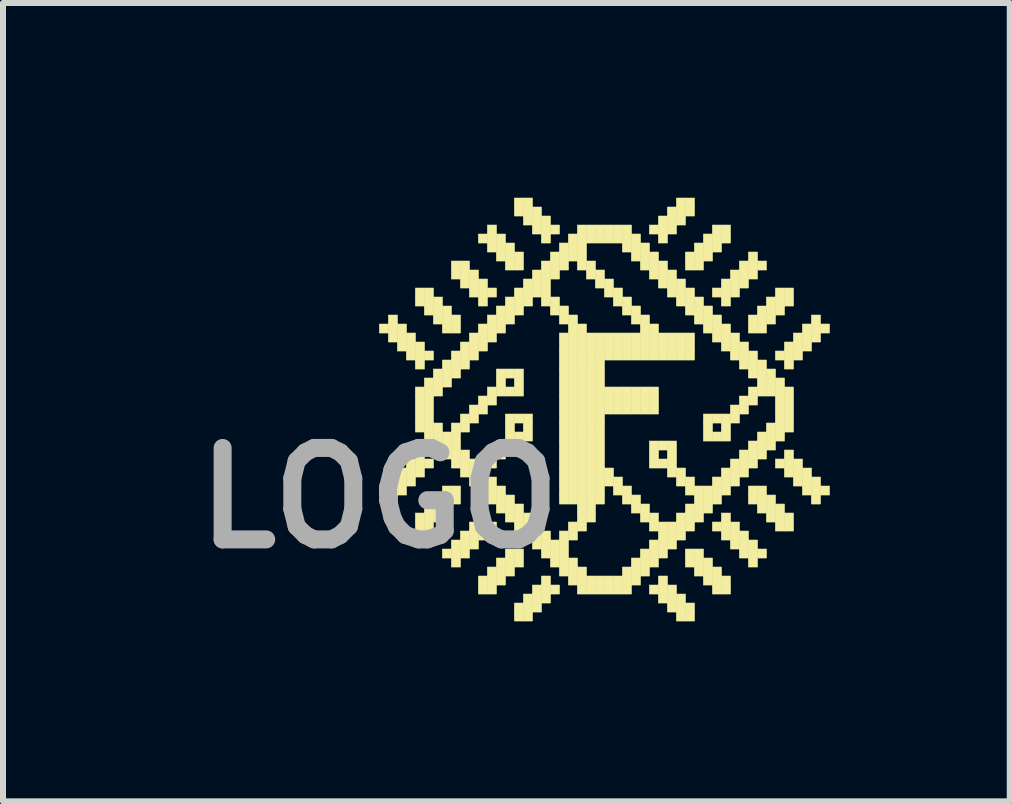
<source format=kicad_pcb>
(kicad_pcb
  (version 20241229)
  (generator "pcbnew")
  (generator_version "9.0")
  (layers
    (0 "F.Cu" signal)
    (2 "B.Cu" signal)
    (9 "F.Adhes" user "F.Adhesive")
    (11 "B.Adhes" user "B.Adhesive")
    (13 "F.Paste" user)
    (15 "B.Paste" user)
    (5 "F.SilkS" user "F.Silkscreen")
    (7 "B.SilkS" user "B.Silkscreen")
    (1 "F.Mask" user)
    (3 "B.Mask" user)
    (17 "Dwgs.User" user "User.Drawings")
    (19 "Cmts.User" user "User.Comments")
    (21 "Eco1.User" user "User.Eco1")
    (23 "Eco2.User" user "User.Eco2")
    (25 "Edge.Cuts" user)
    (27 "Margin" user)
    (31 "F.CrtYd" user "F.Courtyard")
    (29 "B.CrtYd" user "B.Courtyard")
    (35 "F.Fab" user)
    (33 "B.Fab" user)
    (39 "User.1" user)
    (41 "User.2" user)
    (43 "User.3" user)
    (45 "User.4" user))
  (footprint "LOGO"
    (layer "F.Cu")
    (at 3.273 0.25)
    (property "Reference" "LOGO" (at 0 5 0) (layer "F.Fab") (effects (font (size 1.524 1.524) (thickness 0.3))))
    (attr through_hole)
    (fp_poly (pts (xy 0 2.1) (xy 0.15 2.1) (xy 0.15 2.25) (xy 0 2.25) (xy 0 2.1)) (stroke (width 0.01) (type solid)) (fill yes) (layer "F.SilkS"))
    (fp_poly (pts (xy 0 4.8) (xy 0.15 4.8) (xy 0.15 4.95) (xy 0 4.95) (xy 0 4.8)) (stroke (width 0.01) (type solid)) (fill yes) (layer "F.SilkS"))
    (fp_poly (pts (xy 0.15 1.95) (xy 0.3 1.95) (xy 0.3 2.1) (xy 0.15 2.1) (xy 0.15 1.95)) (stroke (width 0.01) (type solid)) (fill yes) (layer "F.SilkS"))
    (fp_poly (pts (xy 0.15 2.1) (xy 0.3 2.1) (xy 0.3 2.25) (xy 0.15 2.25) (xy 0.15 2.1)) (stroke (width 0.01) (type solid)) (fill yes) (layer "F.SilkS"))
    (fp_poly (pts (xy 0.15 2.25) (xy 0.3 2.25) (xy 0.3 2.4) (xy 0.15 2.4) (xy 0.15 2.25)) (stroke (width 0.01) (type solid)) (fill yes) (layer "F.SilkS"))
    (fp_poly (pts (xy 0.15 4.65) (xy 0.3 4.65) (xy 0.3 4.8) (xy 0.15 4.8) (xy 0.15 4.65)) (stroke (width 0.01) (type solid)) (fill yes) (layer "F.SilkS"))
    (fp_poly (pts (xy 0.15 4.8) (xy 0.3 4.8) (xy 0.3 4.95) (xy 0.15 4.95) (xy 0.15 4.8)) (stroke (width 0.01) (type solid)) (fill yes) (layer "F.SilkS"))
    (fp_poly (pts (xy 0.15 4.95) (xy 0.3 4.95) (xy 0.3 5.1) (xy 0.15 5.1) (xy 0.15 4.95)) (stroke (width 0.01) (type solid)) (fill yes) (layer "F.SilkS"))
    (fp_poly (pts (xy 0.3 2.1) (xy 0.45 2.1) (xy 0.45 2.25) (xy 0.3 2.25) (xy 0.3 2.1)) (stroke (width 0.01) (type solid)) (fill yes) (layer "F.SilkS"))
    (fp_poly (pts (xy 0.3 2.25) (xy 0.45 2.25) (xy 0.45 2.4) (xy 0.3 2.4) (xy 0.3 2.25)) (stroke (width 0.01) (type solid)) (fill yes) (layer "F.SilkS"))
    (fp_poly (pts (xy 0.3 2.4) (xy 0.45 2.4) (xy 0.45 2.55) (xy 0.3 2.55) (xy 0.3 2.4)) (stroke (width 0.01) (type solid)) (fill yes) (layer "F.SilkS"))
    (fp_poly (pts (xy 0.3 4.5) (xy 0.45 4.5) (xy 0.45 4.65) (xy 0.3 4.65) (xy 0.3 4.5)) (stroke (width 0.01) (type solid)) (fill yes) (layer "F.SilkS"))
    (fp_poly (pts (xy 0.3 4.65) (xy 0.45 4.65) (xy 0.45 4.8) (xy 0.3 4.8) (xy 0.3 4.65)) (stroke (width 0.01) (type solid)) (fill yes) (layer "F.SilkS"))
    (fp_poly (pts (xy 0.3 4.8) (xy 0.45 4.8) (xy 0.45 4.95) (xy 0.3 4.95) (xy 0.3 4.8)) (stroke (width 0.01) (type solid)) (fill yes) (layer "F.SilkS"))
    (fp_poly (pts (xy 0.45 2.25) (xy 0.6 2.25) (xy 0.6 2.4) (xy 0.45 2.4) (xy 0.45 2.25)) (stroke (width 0.01) (type solid)) (fill yes) (layer "F.SilkS"))
    (fp_poly (pts (xy 0.45 2.4) (xy 0.6 2.4) (xy 0.6 2.55) (xy 0.45 2.55) (xy 0.45 2.4)) (stroke (width 0.01) (type solid)) (fill yes) (layer "F.SilkS"))
    (fp_poly (pts (xy 0.45 2.55) (xy 0.6 2.55) (xy 0.6 2.7) (xy 0.45 2.7) (xy 0.45 2.55)) (stroke (width 0.01) (type solid)) (fill yes) (layer "F.SilkS"))
    (fp_poly (pts (xy 0.45 4.35) (xy 0.6 4.35) (xy 0.6 4.5) (xy 0.45 4.5) (xy 0.45 4.35)) (stroke (width 0.01) (type solid)) (fill yes) (layer "F.SilkS"))
    (fp_poly (pts (xy 0.45 4.5) (xy 0.6 4.5) (xy 0.6 4.65) (xy 0.45 4.65) (xy 0.45 4.5)) (stroke (width 0.01) (type solid)) (fill yes) (layer "F.SilkS"))
    (fp_poly (pts (xy 0.45 4.65) (xy 0.6 4.65) (xy 0.6 4.8) (xy 0.45 4.8) (xy 0.45 4.65)) (stroke (width 0.01) (type solid)) (fill yes) (layer "F.SilkS"))
    (fp_poly (pts (xy 0.6 1.5) (xy 0.75 1.5) (xy 0.75 1.65) (xy 0.6 1.65) (xy 0.6 1.5)) (stroke (width 0.01) (type solid)) (fill yes) (layer "F.SilkS"))
    (fp_poly (pts (xy 0.6 1.65) (xy 0.75 1.65) (xy 0.75 1.8) (xy 0.6 1.8) (xy 0.6 1.65)) (stroke (width 0.01) (type solid)) (fill yes) (layer "F.SilkS"))
    (fp_poly (pts (xy 0.6 2.4) (xy 0.75 2.4) (xy 0.75 2.55) (xy 0.6 2.55) (xy 0.6 2.4)) (stroke (width 0.01) (type solid)) (fill yes) (layer "F.SilkS"))
    (fp_poly (pts (xy 0.6 2.55) (xy 0.75 2.55) (xy 0.75 2.7) (xy 0.6 2.7) (xy 0.6 2.55)) (stroke (width 0.01) (type solid)) (fill yes) (layer "F.SilkS"))
    (fp_poly (pts (xy 0.6 2.7) (xy 0.75 2.7) (xy 0.75 2.85) (xy 0.6 2.85) (xy 0.6 2.7)) (stroke (width 0.01) (type solid)) (fill yes) (layer "F.SilkS"))
    (fp_poly (pts (xy 0.6 3.15) (xy 0.75 3.15) (xy 0.75 3.3) (xy 0.6 3.3) (xy 0.6 3.15)) (stroke (width 0.01) (type solid)) (fill yes) (layer "F.SilkS"))
    (fp_poly (pts (xy 0.6 3.3) (xy 0.75 3.3) (xy 0.75 3.45) (xy 0.6 3.45) (xy 0.6 3.3)) (stroke (width 0.01) (type solid)) (fill yes) (layer "F.SilkS"))
    (fp_poly (pts (xy 0.6 3.45) (xy 0.75 3.45) (xy 0.75 3.6) (xy 0.6 3.6) (xy 0.6 3.45)) (stroke (width 0.01) (type solid)) (fill yes) (layer "F.SilkS"))
    (fp_poly (pts (xy 0.6 3.6) (xy 0.75 3.6) (xy 0.75 3.75) (xy 0.6 3.75) (xy 0.6 3.6)) (stroke (width 0.01) (type solid)) (fill yes) (layer "F.SilkS"))
    (fp_poly (pts (xy 0.6 3.75) (xy 0.75 3.75) (xy 0.75 3.9) (xy 0.6 3.9) (xy 0.6 3.75)) (stroke (width 0.01) (type solid)) (fill yes) (layer "F.SilkS"))
    (fp_poly (pts (xy 0.6 4.2) (xy 0.75 4.2) (xy 0.75 4.35) (xy 0.6 4.35) (xy 0.6 4.2)) (stroke (width 0.01) (type solid)) (fill yes) (layer "F.SilkS"))
    (fp_poly (pts (xy 0.6 4.35) (xy 0.75 4.35) (xy 0.75 4.5) (xy 0.6 4.5) (xy 0.6 4.35)) (stroke (width 0.01) (type solid)) (fill yes) (layer "F.SilkS"))
    (fp_poly (pts (xy 0.6 4.5) (xy 0.75 4.5) (xy 0.75 4.65) (xy 0.6 4.65) (xy 0.6 4.5)) (stroke (width 0.01) (type solid)) (fill yes) (layer "F.SilkS"))
    (fp_poly (pts (xy 0.6 5.25) (xy 0.75 5.25) (xy 0.75 5.4) (xy 0.6 5.4) (xy 0.6 5.25)) (stroke (width 0.01) (type solid)) (fill yes) (layer "F.SilkS"))
    (fp_poly (pts (xy 0.6 5.4) (xy 0.75 5.4) (xy 0.75 5.55) (xy 0.6 5.55) (xy 0.6 5.4)) (stroke (width 0.01) (type solid)) (fill yes) (layer "F.SilkS"))
    (fp_poly (pts (xy 0.75 1.5) (xy 0.9 1.5) (xy 0.9 1.65) (xy 0.75 1.65) (xy 0.75 1.5)) (stroke (width 0.01) (type solid)) (fill yes) (layer "F.SilkS"))
    (fp_poly (pts (xy 0.75 1.65) (xy 0.9 1.65) (xy 0.9 1.8) (xy 0.75 1.8) (xy 0.75 1.65)) (stroke (width 0.01) (type solid)) (fill yes) (layer "F.SilkS"))
    (fp_poly (pts (xy 0.75 1.8) (xy 0.9 1.8) (xy 0.9 1.95) (xy 0.75 1.95) (xy 0.75 1.8)) (stroke (width 0.01) (type solid)) (fill yes) (layer "F.SilkS"))
    (fp_poly (pts (xy 0.75 2.55) (xy 0.9 2.55) (xy 0.9 2.7) (xy 0.75 2.7) (xy 0.75 2.55)) (stroke (width 0.01) (type solid)) (fill yes) (layer "F.SilkS"))
    (fp_poly (pts (xy 0.75 3) (xy 0.9 3) (xy 0.9 3.15) (xy 0.75 3.15) (xy 0.75 3)) (stroke (width 0.01) (type solid)) (fill yes) (layer "F.SilkS"))
    (fp_poly (pts (xy 0.75 3.15) (xy 0.9 3.15) (xy 0.9 3.3) (xy 0.75 3.3) (xy 0.75 3.15)) (stroke (width 0.01) (type solid)) (fill yes) (layer "F.SilkS"))
    (fp_poly (pts (xy 0.75 3.3) (xy 0.9 3.3) (xy 0.9 3.45) (xy 0.75 3.45) (xy 0.75 3.3)) (stroke (width 0.01) (type solid)) (fill yes) (layer "F.SilkS"))
    (fp_poly (pts (xy 0.75 3.45) (xy 0.9 3.45) (xy 0.9 3.6) (xy 0.75 3.6) (xy 0.75 3.45)) (stroke (width 0.01) (type solid)) (fill yes) (layer "F.SilkS"))
    (fp_poly (pts (xy 0.75 3.6) (xy 0.9 3.6) (xy 0.9 3.75) (xy 0.75 3.75) (xy 0.75 3.6)) (stroke (width 0.01) (type solid)) (fill yes) (layer "F.SilkS"))
    (fp_poly (pts (xy 0.75 3.75) (xy 0.9 3.75) (xy 0.9 3.9) (xy 0.75 3.9) (xy 0.75 3.75)) (stroke (width 0.01) (type solid)) (fill yes) (layer "F.SilkS"))
    (fp_poly (pts (xy 0.75 3.9) (xy 0.9 3.9) (xy 0.9 4.05) (xy 0.75 4.05) (xy 0.75 3.9)) (stroke (width 0.01) (type solid)) (fill yes) (layer "F.SilkS"))
    (fp_poly (pts (xy 0.75 4.35) (xy 0.9 4.35) (xy 0.9 4.5) (xy 0.75 4.5) (xy 0.75 4.35)) (stroke (width 0.01) (type solid)) (fill yes) (layer "F.SilkS"))
    (fp_poly (pts (xy 0.75 5.1) (xy 0.9 5.1) (xy 0.9 5.25) (xy 0.75 5.25) (xy 0.75 5.1)) (stroke (width 0.01) (type solid)) (fill yes) (layer "F.SilkS"))
    (fp_poly (pts (xy 0.75 5.25) (xy 0.9 5.25) (xy 0.9 5.4) (xy 0.75 5.4) (xy 0.75 5.25)) (stroke (width 0.01) (type solid)) (fill yes) (layer "F.SilkS"))
    (fp_poly (pts (xy 0.75 5.4) (xy 0.9 5.4) (xy 0.9 5.55) (xy 0.75 5.55) (xy 0.75 5.4)) (stroke (width 0.01) (type solid)) (fill yes) (layer "F.SilkS"))
    (fp_poly (pts (xy 0.9 1.65) (xy 1.05 1.65) (xy 1.05 1.8) (xy 0.9 1.8) (xy 0.9 1.65)) (stroke (width 0.01) (type solid)) (fill yes) (layer "F.SilkS"))
    (fp_poly (pts (xy 0.9 1.8) (xy 1.05 1.8) (xy 1.05 1.95) (xy 0.9 1.95) (xy 0.9 1.8)) (stroke (width 0.01) (type solid)) (fill yes) (layer "F.SilkS"))
    (fp_poly (pts (xy 0.9 1.95) (xy 1.05 1.95) (xy 1.05 2.1) (xy 0.9 2.1) (xy 0.9 1.95)) (stroke (width 0.01) (type solid)) (fill yes) (layer "F.SilkS"))
    (fp_poly (pts (xy 0.9 2.85) (xy 1.05 2.85) (xy 1.05 3) (xy 0.9 3) (xy 0.9 2.85)) (stroke (width 0.01) (type solid)) (fill yes) (layer "F.SilkS"))
    (fp_poly (pts (xy 0.9 3) (xy 1.05 3) (xy 1.05 3.15) (xy 0.9 3.15) (xy 0.9 3)) (stroke (width 0.01) (type solid)) (fill yes) (layer "F.SilkS"))
    (fp_poly (pts (xy 0.9 3.15) (xy 1.05 3.15) (xy 1.05 3.3) (xy 0.9 3.3) (xy 0.9 3.15)) (stroke (width 0.01) (type solid)) (fill yes) (layer "F.SilkS"))
    (fp_poly (pts (xy 0.9 3.75) (xy 1.05 3.75) (xy 1.05 3.9) (xy 0.9 3.9) (xy 0.9 3.75)) (stroke (width 0.01) (type solid)) (fill yes) (layer "F.SilkS"))
    (fp_poly (pts (xy 0.9 3.9) (xy 1.05 3.9) (xy 1.05 4.05) (xy 0.9 4.05) (xy 0.9 3.9)) (stroke (width 0.01) (type solid)) (fill yes) (layer "F.SilkS"))
    (fp_poly (pts (xy 0.9 4.05) (xy 1.05 4.05) (xy 1.05 4.2) (xy 0.9 4.2) (xy 0.9 4.05)) (stroke (width 0.01) (type solid)) (fill yes) (layer "F.SilkS"))
    (fp_poly (pts (xy 0.9 4.95) (xy 1.05 4.95) (xy 1.05 5.1) (xy 0.9 5.1) (xy 0.9 4.95)) (stroke (width 0.01) (type solid)) (fill yes) (layer "F.SilkS"))
    (fp_poly (pts (xy 0.9 5.1) (xy 1.05 5.1) (xy 1.05 5.25) (xy 0.9 5.25) (xy 0.9 5.1)) (stroke (width 0.01) (type solid)) (fill yes) (layer "F.SilkS"))
    (fp_poly (pts (xy 0.9 5.25) (xy 1.05 5.25) (xy 1.05 5.4) (xy 0.9 5.4) (xy 0.9 5.25)) (stroke (width 0.01) (type solid)) (fill yes) (layer "F.SilkS"))
    (fp_poly (pts (xy 1.05 1.8) (xy 1.2 1.8) (xy 1.2 1.95) (xy 1.05 1.95) (xy 1.05 1.8)) (stroke (width 0.01) (type solid)) (fill yes) (layer "F.SilkS"))
    (fp_poly (pts (xy 1.05 1.95) (xy 1.2 1.95) (xy 1.2 2.1) (xy 1.05 2.1) (xy 1.05 1.95)) (stroke (width 0.01) (type solid)) (fill yes) (layer "F.SilkS"))
    (fp_poly (pts (xy 1.05 2.1) (xy 1.2 2.1) (xy 1.2 2.25) (xy 1.05 2.25) (xy 1.05 2.1)) (stroke (width 0.01) (type solid)) (fill yes) (layer "F.SilkS"))
    (fp_poly (pts (xy 1.05 2.7) (xy 1.2 2.7) (xy 1.2 2.85) (xy 1.05 2.85) (xy 1.05 2.7)) (stroke (width 0.01) (type solid)) (fill yes) (layer "F.SilkS"))
    (fp_poly (pts (xy 1.05 2.85) (xy 1.2 2.85) (xy 1.2 3) (xy 1.05 3) (xy 1.05 2.85)) (stroke (width 0.01) (type solid)) (fill yes) (layer "F.SilkS"))
    (fp_poly (pts (xy 1.05 3) (xy 1.2 3) (xy 1.2 3.15) (xy 1.05 3.15) (xy 1.05 3)) (stroke (width 0.01) (type solid)) (fill yes) (layer "F.SilkS"))
    (fp_poly (pts (xy 1.05 3.9) (xy 1.2 3.9) (xy 1.2 4.05) (xy 1.05 4.05) (xy 1.05 3.9)) (stroke (width 0.01) (type solid)) (fill yes) (layer "F.SilkS"))
    (fp_poly (pts (xy 1.05 4.05) (xy 1.2 4.05) (xy 1.2 4.2) (xy 1.05 4.2) (xy 1.05 4.05)) (stroke (width 0.01) (type solid)) (fill yes) (layer "F.SilkS"))
    (fp_poly (pts (xy 1.05 4.2) (xy 1.2 4.2) (xy 1.2 4.35) (xy 1.05 4.35) (xy 1.05 4.2)) (stroke (width 0.01) (type solid)) (fill yes) (layer "F.SilkS"))
    (fp_poly (pts (xy 1.05 4.8) (xy 1.2 4.8) (xy 1.2 4.95) (xy 1.05 4.95) (xy 1.05 4.8)) (stroke (width 0.01) (type solid)) (fill yes) (layer "F.SilkS"))
    (fp_poly (pts (xy 1.05 4.95) (xy 1.2 4.95) (xy 1.2 5.1) (xy 1.05 5.1) (xy 1.05 4.95)) (stroke (width 0.01) (type solid)) (fill yes) (layer "F.SilkS"))
    (fp_poly (pts (xy 1.05 5.1) (xy 1.2 5.1) (xy 1.2 5.25) (xy 1.05 5.25) (xy 1.05 5.1)) (stroke (width 0.01) (type solid)) (fill yes) (layer "F.SilkS"))
    (fp_poly (pts (xy 1.05 5.85) (xy 1.2 5.85) (xy 1.2 6) (xy 1.05 6) (xy 1.05 5.85)) (stroke (width 0.01) (type solid)) (fill yes) (layer "F.SilkS"))
    (fp_poly (pts (xy 1.2 1.05) (xy 1.35 1.05) (xy 1.35 1.2) (xy 1.2 1.2) (xy 1.2 1.05)) (stroke (width 0.01) (type solid)) (fill yes) (layer "F.SilkS"))
    (fp_poly (pts (xy 1.2 1.2) (xy 1.35 1.2) (xy 1.35 1.35) (xy 1.2 1.35) (xy 1.2 1.2)) (stroke (width 0.01) (type solid)) (fill yes) (layer "F.SilkS"))
    (fp_poly (pts (xy 1.2 1.95) (xy 1.35 1.95) (xy 1.35 2.1) (xy 1.2 2.1) (xy 1.2 1.95)) (stroke (width 0.01) (type solid)) (fill yes) (layer "F.SilkS"))
    (fp_poly (pts (xy 1.2 2.1) (xy 1.35 2.1) (xy 1.35 2.25) (xy 1.2 2.25) (xy 1.2 2.1)) (stroke (width 0.01) (type solid)) (fill yes) (layer "F.SilkS"))
    (fp_poly (pts (xy 1.2 2.55) (xy 1.35 2.55) (xy 1.35 2.7) (xy 1.2 2.7) (xy 1.2 2.55)) (stroke (width 0.01) (type solid)) (fill yes) (layer "F.SilkS"))
    (fp_poly (pts (xy 1.2 2.7) (xy 1.35 2.7) (xy 1.35 2.85) (xy 1.2 2.85) (xy 1.2 2.7)) (stroke (width 0.01) (type solid)) (fill yes) (layer "F.SilkS"))
    (fp_poly (pts (xy 1.2 2.85) (xy 1.35 2.85) (xy 1.35 3) (xy 1.2 3) (xy 1.2 2.85)) (stroke (width 0.01) (type solid)) (fill yes) (layer "F.SilkS"))
    (fp_poly (pts (xy 1.2 3.75) (xy 1.35 3.75) (xy 1.35 3.9) (xy 1.2 3.9) (xy 1.2 3.75)) (stroke (width 0.01) (type solid)) (fill yes) (layer "F.SilkS"))
    (fp_poly (pts (xy 1.2 3.9) (xy 1.35 3.9) (xy 1.35 4.05) (xy 1.2 4.05) (xy 1.2 3.9)) (stroke (width 0.01) (type solid)) (fill yes) (layer "F.SilkS"))
    (fp_poly (pts (xy 1.2 4.05) (xy 1.35 4.05) (xy 1.35 4.2) (xy 1.2 4.2) (xy 1.2 4.05)) (stroke (width 0.01) (type solid)) (fill yes) (layer "F.SilkS"))
    (fp_poly (pts (xy 1.2 4.2) (xy 1.35 4.2) (xy 1.35 4.35) (xy 1.2 4.35) (xy 1.2 4.2)) (stroke (width 0.01) (type solid)) (fill yes) (layer "F.SilkS"))
    (fp_poly (pts (xy 1.2 4.35) (xy 1.35 4.35) (xy 1.35 4.5) (xy 1.2 4.5) (xy 1.2 4.35)) (stroke (width 0.01) (type solid)) (fill yes) (layer "F.SilkS"))
    (fp_poly (pts (xy 1.2 4.8) (xy 1.35 4.8) (xy 1.35 4.95) (xy 1.2 4.95) (xy 1.2 4.8)) (stroke (width 0.01) (type solid)) (fill yes) (layer "F.SilkS"))
    (fp_poly (pts (xy 1.2 4.95) (xy 1.35 4.95) (xy 1.35 5.1) (xy 1.2 5.1) (xy 1.2 4.95)) (stroke (width 0.01) (type solid)) (fill yes) (layer "F.SilkS"))
    (fp_poly (pts (xy 1.2 5.7) (xy 1.35 5.7) (xy 1.35 5.85) (xy 1.2 5.85) (xy 1.2 5.7)) (stroke (width 0.01) (type solid)) (fill yes) (layer "F.SilkS"))
    (fp_poly (pts (xy 1.2 5.85) (xy 1.35 5.85) (xy 1.35 6) (xy 1.2 6) (xy 1.2 5.85)) (stroke (width 0.01) (type solid)) (fill yes) (layer "F.SilkS"))
    (fp_poly (pts (xy 1.2 6) (xy 1.35 6) (xy 1.35 6.15) (xy 1.2 6.15) (xy 1.2 6)) (stroke (width 0.01) (type solid)) (fill yes) (layer "F.SilkS"))
    (fp_poly (pts (xy 1.35 1.05) (xy 1.5 1.05) (xy 1.5 1.2) (xy 1.35 1.2) (xy 1.35 1.05)) (stroke (width 0.01) (type solid)) (fill yes) (layer "F.SilkS"))
    (fp_poly (pts (xy 1.35 1.2) (xy 1.5 1.2) (xy 1.5 1.35) (xy 1.35 1.35) (xy 1.35 1.2)) (stroke (width 0.01) (type solid)) (fill yes) (layer "F.SilkS"))
    (fp_poly (pts (xy 1.35 1.35) (xy 1.5 1.35) (xy 1.5 1.5) (xy 1.35 1.5) (xy 1.35 1.35)) (stroke (width 0.01) (type solid)) (fill yes) (layer "F.SilkS"))
    (fp_poly (pts (xy 1.35 2.4) (xy 1.5 2.4) (xy 1.5 2.55) (xy 1.35 2.55) (xy 1.35 2.4)) (stroke (width 0.01) (type solid)) (fill yes) (layer "F.SilkS"))
    (fp_poly (pts (xy 1.35 2.55) (xy 1.5 2.55) (xy 1.5 2.7) (xy 1.35 2.7) (xy 1.35 2.55)) (stroke (width 0.01) (type solid)) (fill yes) (layer "F.SilkS"))
    (fp_poly (pts (xy 1.35 2.7) (xy 1.5 2.7) (xy 1.5 2.85) (xy 1.35 2.85) (xy 1.35 2.7)) (stroke (width 0.01) (type solid)) (fill yes) (layer "F.SilkS"))
    (fp_poly (pts (xy 1.35 3.6) (xy 1.5 3.6) (xy 1.5 3.75) (xy 1.35 3.75) (xy 1.35 3.6)) (stroke (width 0.01) (type solid)) (fill yes) (layer "F.SilkS"))
    (fp_poly (pts (xy 1.35 3.75) (xy 1.5 3.75) (xy 1.5 3.9) (xy 1.35 3.9) (xy 1.35 3.75)) (stroke (width 0.01) (type solid)) (fill yes) (layer "F.SilkS"))
    (fp_poly (pts (xy 1.35 4.2) (xy 1.5 4.2) (xy 1.5 4.35) (xy 1.35 4.35) (xy 1.35 4.2)) (stroke (width 0.01) (type solid)) (fill yes) (layer "F.SilkS"))
    (fp_poly (pts (xy 1.35 4.35) (xy 1.5 4.35) (xy 1.5 4.5) (xy 1.35 4.5) (xy 1.35 4.35)) (stroke (width 0.01) (type solid)) (fill yes) (layer "F.SilkS"))
    (fp_poly (pts (xy 1.35 4.5) (xy 1.5 4.5) (xy 1.5 4.65) (xy 1.35 4.65) (xy 1.35 4.5)) (stroke (width 0.01) (type solid)) (fill yes) (layer "F.SilkS"))
    (fp_poly (pts (xy 1.35 5.55) (xy 1.5 5.55) (xy 1.5 5.7) (xy 1.35 5.7) (xy 1.35 5.55)) (stroke (width 0.01) (type solid)) (fill yes) (layer "F.SilkS"))
    (fp_poly (pts (xy 1.35 5.7) (xy 1.5 5.7) (xy 1.5 5.85) (xy 1.35 5.85) (xy 1.35 5.7)) (stroke (width 0.01) (type solid)) (fill yes) (layer "F.SilkS"))
    (fp_poly (pts (xy 1.35 5.85) (xy 1.5 5.85) (xy 1.5 6) (xy 1.35 6) (xy 1.35 5.85)) (stroke (width 0.01) (type solid)) (fill yes) (layer "F.SilkS"))
    (fp_poly (pts (xy 1.5 1.2) (xy 1.65 1.2) (xy 1.65 1.35) (xy 1.5 1.35) (xy 1.5 1.2)) (stroke (width 0.01) (type solid)) (fill yes) (layer "F.SilkS"))
    (fp_poly (pts (xy 1.5 1.35) (xy 1.65 1.35) (xy 1.65 1.5) (xy 1.5 1.5) (xy 1.5 1.35)) (stroke (width 0.01) (type solid)) (fill yes) (layer "F.SilkS"))
    (fp_poly (pts (xy 1.5 1.5) (xy 1.65 1.5) (xy 1.65 1.65) (xy 1.5 1.65) (xy 1.5 1.5)) (stroke (width 0.01) (type solid)) (fill yes) (layer "F.SilkS"))
    (fp_poly (pts (xy 1.5 2.25) (xy 1.65 2.25) (xy 1.65 2.4) (xy 1.5 2.4) (xy 1.5 2.25)) (stroke (width 0.01) (type solid)) (fill yes) (layer "F.SilkS"))
    (fp_poly (pts (xy 1.5 2.4) (xy 1.65 2.4) (xy 1.65 2.55) (xy 1.5 2.55) (xy 1.5 2.4)) (stroke (width 0.01) (type solid)) (fill yes) (layer "F.SilkS"))
    (fp_poly (pts (xy 1.5 2.55) (xy 1.65 2.55) (xy 1.65 2.7) (xy 1.5 2.7) (xy 1.5 2.55)) (stroke (width 0.01) (type solid)) (fill yes) (layer "F.SilkS"))
    (fp_poly (pts (xy 1.5 3.45) (xy 1.65 3.45) (xy 1.65 3.6) (xy 1.5 3.6) (xy 1.5 3.45)) (stroke (width 0.01) (type solid)) (fill yes) (layer "F.SilkS"))
    (fp_poly (pts (xy 1.5 3.6) (xy 1.65 3.6) (xy 1.65 3.75) (xy 1.5 3.75) (xy 1.5 3.6)) (stroke (width 0.01) (type solid)) (fill yes) (layer "F.SilkS"))
    (fp_poly (pts (xy 1.5 4.35) (xy 1.65 4.35) (xy 1.65 4.5) (xy 1.5 4.5) (xy 1.5 4.35)) (stroke (width 0.01) (type solid)) (fill yes) (layer "F.SilkS"))
    (fp_poly (pts (xy 1.5 4.5) (xy 1.65 4.5) (xy 1.65 4.65) (xy 1.5 4.65) (xy 1.5 4.5)) (stroke (width 0.01) (type solid)) (fill yes) (layer "F.SilkS"))
    (fp_poly (pts (xy 1.5 4.65) (xy 1.65 4.65) (xy 1.65 4.8) (xy 1.5 4.8) (xy 1.5 4.65)) (stroke (width 0.01) (type solid)) (fill yes) (layer "F.SilkS"))
    (fp_poly (pts (xy 1.5 5.4) (xy 1.65 5.4) (xy 1.65 5.55) (xy 1.5 5.55) (xy 1.5 5.4)) (stroke (width 0.01) (type solid)) (fill yes) (layer "F.SilkS"))
    (fp_poly (pts (xy 1.5 5.55) (xy 1.65 5.55) (xy 1.65 5.7) (xy 1.5 5.7) (xy 1.5 5.55)) (stroke (width 0.01) (type solid)) (fill yes) (layer "F.SilkS"))
    (fp_poly (pts (xy 1.5 5.7) (xy 1.65 5.7) (xy 1.65 5.85) (xy 1.5 5.85) (xy 1.5 5.7)) (stroke (width 0.01) (type solid)) (fill yes) (layer "F.SilkS"))
    (fp_poly (pts (xy 1.65 0.6) (xy 1.8 0.6) (xy 1.8 0.75) (xy 1.65 0.75) (xy 1.65 0.6)) (stroke (width 0.01) (type solid)) (fill yes) (layer "F.SilkS"))
    (fp_poly (pts (xy 1.65 1.35) (xy 1.8 1.35) (xy 1.8 1.5) (xy 1.65 1.5) (xy 1.65 1.35)) (stroke (width 0.01) (type solid)) (fill yes) (layer "F.SilkS"))
    (fp_poly (pts (xy 1.65 1.5) (xy 1.8 1.5) (xy 1.8 1.65) (xy 1.65 1.65) (xy 1.65 1.5)) (stroke (width 0.01) (type solid)) (fill yes) (layer "F.SilkS"))
    (fp_poly (pts (xy 1.65 1.65) (xy 1.8 1.65) (xy 1.8 1.8) (xy 1.65 1.8) (xy 1.65 1.65)) (stroke (width 0.01) (type solid)) (fill yes) (layer "F.SilkS"))
    (fp_poly (pts (xy 1.65 2.1) (xy 1.8 2.1) (xy 1.8 2.25) (xy 1.65 2.25) (xy 1.65 2.1)) (stroke (width 0.01) (type solid)) (fill yes) (layer "F.SilkS"))
    (fp_poly (pts (xy 1.65 2.25) (xy 1.8 2.25) (xy 1.8 2.4) (xy 1.65 2.4) (xy 1.65 2.25)) (stroke (width 0.01) (type solid)) (fill yes) (layer "F.SilkS"))
    (fp_poly (pts (xy 1.65 2.4) (xy 1.8 2.4) (xy 1.8 2.55) (xy 1.65 2.55) (xy 1.65 2.4)) (stroke (width 0.01) (type solid)) (fill yes) (layer "F.SilkS"))
    (fp_poly (pts (xy 1.65 3.3) (xy 1.8 3.3) (xy 1.8 3.45) (xy 1.65 3.45) (xy 1.65 3.3)) (stroke (width 0.01) (type solid)) (fill yes) (layer "F.SilkS"))
    (fp_poly (pts (xy 1.65 3.45) (xy 1.8 3.45) (xy 1.8 3.6) (xy 1.65 3.6) (xy 1.65 3.45)) (stroke (width 0.01) (type solid)) (fill yes) (layer "F.SilkS"))
    (fp_poly (pts (xy 1.65 4.35) (xy 1.8 4.35) (xy 1.8 4.5) (xy 1.65 4.5) (xy 1.65 4.35)) (stroke (width 0.01) (type solid)) (fill yes) (layer "F.SilkS"))
    (fp_poly (pts (xy 1.65 4.5) (xy 1.8 4.5) (xy 1.8 4.65) (xy 1.65 4.65) (xy 1.65 4.5)) (stroke (width 0.01) (type solid)) (fill yes) (layer "F.SilkS"))
    (fp_poly (pts (xy 1.65 4.65) (xy 1.8 4.65) (xy 1.8 4.8) (xy 1.65 4.8) (xy 1.65 4.65)) (stroke (width 0.01) (type solid)) (fill yes) (layer "F.SilkS"))
    (fp_poly (pts (xy 1.65 4.8) (xy 1.8 4.8) (xy 1.8 4.95) (xy 1.65 4.95) (xy 1.65 4.8)) (stroke (width 0.01) (type solid)) (fill yes) (layer "F.SilkS"))
    (fp_poly (pts (xy 1.65 5.25) (xy 1.8 5.25) (xy 1.8 5.4) (xy 1.65 5.4) (xy 1.65 5.25)) (stroke (width 0.01) (type solid)) (fill yes) (layer "F.SilkS"))
    (fp_poly (pts (xy 1.65 5.4) (xy 1.8 5.4) (xy 1.8 5.55) (xy 1.65 5.55) (xy 1.65 5.4)) (stroke (width 0.01) (type solid)) (fill yes) (layer "F.SilkS"))
    (fp_poly (pts (xy 1.65 5.55) (xy 1.8 5.55) (xy 1.8 5.7) (xy 1.65 5.7) (xy 1.65 5.55)) (stroke (width 0.01) (type solid)) (fill yes) (layer "F.SilkS"))
    (fp_poly (pts (xy 1.65 6.3) (xy 1.8 6.3) (xy 1.8 6.45) (xy 1.65 6.45) (xy 1.65 6.3)) (stroke (width 0.01) (type solid)) (fill yes) (layer "F.SilkS"))
    (fp_poly (pts (xy 1.65 6.45) (xy 1.8 6.45) (xy 1.8 6.6) (xy 1.65 6.6) (xy 1.65 6.45)) (stroke (width 0.01) (type solid)) (fill yes) (layer "F.SilkS"))
    (fp_poly (pts (xy 1.8 0.45) (xy 1.95 0.45) (xy 1.95 0.6) (xy 1.8 0.6) (xy 1.8 0.45)) (stroke (width 0.01) (type solid)) (fill yes) (layer "F.SilkS"))
    (fp_poly (pts (xy 1.8 0.6) (xy 1.95 0.6) (xy 1.95 0.75) (xy 1.8 0.75) (xy 1.8 0.6)) (stroke (width 0.01) (type solid)) (fill yes) (layer "F.SilkS"))
    (fp_poly (pts (xy 1.8 0.75) (xy 1.95 0.75) (xy 1.95 0.9) (xy 1.8 0.9) (xy 1.8 0.75)) (stroke (width 0.01) (type solid)) (fill yes) (layer "F.SilkS"))
    (fp_poly (pts (xy 1.8 1.5) (xy 1.95 1.5) (xy 1.95 1.65) (xy 1.8 1.65) (xy 1.8 1.5)) (stroke (width 0.01) (type solid)) (fill yes) (layer "F.SilkS"))
    (fp_poly (pts (xy 1.8 1.95) (xy 1.95 1.95) (xy 1.95 2.1) (xy 1.8 2.1) (xy 1.8 1.95)) (stroke (width 0.01) (type solid)) (fill yes) (layer "F.SilkS"))
    (fp_poly (pts (xy 1.8 2.1) (xy 1.95 2.1) (xy 1.95 2.25) (xy 1.8 2.25) (xy 1.8 2.1)) (stroke (width 0.01) (type solid)) (fill yes) (layer "F.SilkS"))
    (fp_poly (pts (xy 1.8 2.25) (xy 1.95 2.25) (xy 1.95 2.4) (xy 1.8 2.4) (xy 1.8 2.25)) (stroke (width 0.01) (type solid)) (fill yes) (layer "F.SilkS"))
    (fp_poly (pts (xy 1.8 3.15) (xy 1.95 3.15) (xy 1.95 3.3) (xy 1.8 3.3) (xy 1.8 3.15)) (stroke (width 0.01) (type solid)) (fill yes) (layer "F.SilkS"))
    (fp_poly (pts (xy 1.8 3.3) (xy 1.95 3.3) (xy 1.95 3.45) (xy 1.8 3.45) (xy 1.8 3.3)) (stroke (width 0.01) (type solid)) (fill yes) (layer "F.SilkS"))
    (fp_poly (pts (xy 1.8 4.2) (xy 1.95 4.2) (xy 1.95 4.35) (xy 1.8 4.35) (xy 1.8 4.2)) (stroke (width 0.01) (type solid)) (fill yes) (layer "F.SilkS"))
    (fp_poly (pts (xy 1.8 4.35) (xy 1.95 4.35) (xy 1.95 4.5) (xy 1.8 4.5) (xy 1.8 4.35)) (stroke (width 0.01) (type solid)) (fill yes) (layer "F.SilkS"))
    (fp_poly (pts (xy 1.8 4.65) (xy 1.95 4.65) (xy 1.95 4.8) (xy 1.8 4.8) (xy 1.8 4.65)) (stroke (width 0.01) (type solid)) (fill yes) (layer "F.SilkS"))
    (fp_poly (pts (xy 1.8 4.8) (xy 1.95 4.8) (xy 1.95 4.95) (xy 1.8 4.95) (xy 1.8 4.8)) (stroke (width 0.01) (type solid)) (fill yes) (layer "F.SilkS"))
    (fp_poly (pts (xy 1.8 4.95) (xy 1.95 4.95) (xy 1.95 5.1) (xy 1.8 5.1) (xy 1.8 4.95)) (stroke (width 0.01) (type solid)) (fill yes) (layer "F.SilkS"))
    (fp_poly (pts (xy 1.8 5.4) (xy 1.95 5.4) (xy 1.95 5.55) (xy 1.8 5.55) (xy 1.8 5.4)) (stroke (width 0.01) (type solid)) (fill yes) (layer "F.SilkS"))
    (fp_poly (pts (xy 1.8 6.15) (xy 1.95 6.15) (xy 1.95 6.3) (xy 1.8 6.3) (xy 1.8 6.15)) (stroke (width 0.01) (type solid)) (fill yes) (layer "F.SilkS"))
    (fp_poly (pts (xy 1.8 6.3) (xy 1.95 6.3) (xy 1.95 6.45) (xy 1.8 6.45) (xy 1.8 6.3)) (stroke (width 0.01) (type solid)) (fill yes) (layer "F.SilkS"))
    (fp_poly (pts (xy 1.8 6.45) (xy 1.95 6.45) (xy 1.95 6.6) (xy 1.8 6.6) (xy 1.8 6.45)) (stroke (width 0.01) (type solid)) (fill yes) (layer "F.SilkS"))
    (fp_poly (pts (xy 1.95 0.6) (xy 2.1 0.6) (xy 2.1 0.75) (xy 1.95 0.75) (xy 1.95 0.6)) (stroke (width 0.01) (type solid)) (fill yes) (layer "F.SilkS"))
    (fp_poly (pts (xy 1.95 0.75) (xy 2.1 0.75) (xy 2.1 0.9) (xy 1.95 0.9) (xy 1.95 0.75)) (stroke (width 0.01) (type solid)) (fill yes) (layer "F.SilkS"))
    (fp_poly (pts (xy 1.95 0.9) (xy 2.1 0.9) (xy 2.1 1.05) (xy 1.95 1.05) (xy 1.95 0.9)) (stroke (width 0.01) (type solid)) (fill yes) (layer "F.SilkS"))
    (fp_poly (pts (xy 1.95 1.8) (xy 2.1 1.8) (xy 2.1 1.95) (xy 1.95 1.95) (xy 1.95 1.8)) (stroke (width 0.01) (type solid)) (fill yes) (layer "F.SilkS"))
    (fp_poly (pts (xy 1.95 1.95) (xy 2.1 1.95) (xy 2.1 2.1) (xy 1.95 2.1) (xy 1.95 1.95)) (stroke (width 0.01) (type solid)) (fill yes) (layer "F.SilkS"))
    (fp_poly (pts (xy 1.95 2.1) (xy 2.1 2.1) (xy 2.1 2.25) (xy 1.95 2.25) (xy 1.95 2.1)) (stroke (width 0.01) (type solid)) (fill yes) (layer "F.SilkS"))
    (fp_poly (pts (xy 1.95 2.85) (xy 2.1 2.85) (xy 2.1 3) (xy 1.95 3) (xy 1.95 2.85)) (stroke (width 0.01) (type solid)) (fill yes) (layer "F.SilkS"))
    (fp_poly (pts (xy 1.95 3) (xy 2.1 3) (xy 2.1 3.15) (xy 1.95 3.15) (xy 1.95 3)) (stroke (width 0.01) (type solid)) (fill yes) (layer "F.SilkS"))
    (fp_poly (pts (xy 1.95 3.15) (xy 2.1 3.15) (xy 2.1 3.3) (xy 1.95 3.3) (xy 1.95 3.15)) (stroke (width 0.01) (type solid)) (fill yes) (layer "F.SilkS"))
    (fp_poly (pts (xy 1.95 4.05) (xy 2.1 4.05) (xy 2.1 4.2) (xy 1.95 4.2) (xy 1.95 4.05)) (stroke (width 0.01) (type solid)) (fill yes) (layer "F.SilkS"))
    (fp_poly (pts (xy 1.95 4.2) (xy 2.1 4.2) (xy 2.1 4.35) (xy 1.95 4.35) (xy 1.95 4.2)) (stroke (width 0.01) (type solid)) (fill yes) (layer "F.SilkS"))
    (fp_poly (pts (xy 1.95 4.8) (xy 2.1 4.8) (xy 2.1 4.95) (xy 1.95 4.95) (xy 1.95 4.8)) (stroke (width 0.01) (type solid)) (fill yes) (layer "F.SilkS"))
    (fp_poly (pts (xy 1.95 4.95) (xy 2.1 4.95) (xy 2.1 5.1) (xy 1.95 5.1) (xy 1.95 4.95)) (stroke (width 0.01) (type solid)) (fill yes) (layer "F.SilkS"))
    (fp_poly (pts (xy 1.95 5.1) (xy 2.1 5.1) (xy 2.1 5.25) (xy 1.95 5.25) (xy 1.95 5.1)) (stroke (width 0.01) (type solid)) (fill yes) (layer "F.SilkS"))
    (fp_poly (pts (xy 1.95 6) (xy 2.1 6) (xy 2.1 6.15) (xy 1.95 6.15) (xy 1.95 6)) (stroke (width 0.01) (type solid)) (fill yes) (layer "F.SilkS"))
    (fp_poly (pts (xy 1.95 6.15) (xy 2.1 6.15) (xy 2.1 6.3) (xy 1.95 6.3) (xy 1.95 6.15)) (stroke (width 0.01) (type solid)) (fill yes) (layer "F.SilkS"))
    (fp_poly (pts (xy 1.95 6.3) (xy 2.1 6.3) (xy 2.1 6.45) (xy 1.95 6.45) (xy 1.95 6.3)) (stroke (width 0.01) (type solid)) (fill yes) (layer "F.SilkS"))
    (fp_poly (pts (xy 2.1 0.75) (xy 2.25 0.75) (xy 2.25 0.9) (xy 2.1 0.9) (xy 2.1 0.75)) (stroke (width 0.01) (type solid)) (fill yes) (layer "F.SilkS"))
    (fp_poly (pts (xy 2.1 0.9) (xy 2.25 0.9) (xy 2.25 1.05) (xy 2.1 1.05) (xy 2.1 0.9)) (stroke (width 0.01) (type solid)) (fill yes) (layer "F.SilkS"))
    (fp_poly (pts (xy 2.1 1.05) (xy 2.25 1.05) (xy 2.25 1.2) (xy 2.1 1.2) (xy 2.1 1.05)) (stroke (width 0.01) (type solid)) (fill yes) (layer "F.SilkS"))
    (fp_poly (pts (xy 2.1 1.65) (xy 2.25 1.65) (xy 2.25 1.8) (xy 2.1 1.8) (xy 2.1 1.65)) (stroke (width 0.01) (type solid)) (fill yes) (layer "F.SilkS"))
    (fp_poly (pts (xy 2.1 1.8) (xy 2.25 1.8) (xy 2.25 1.95) (xy 2.1 1.95) (xy 2.1 1.8)) (stroke (width 0.01) (type solid)) (fill yes) (layer "F.SilkS"))
    (fp_poly (pts (xy 2.1 1.95) (xy 2.25 1.95) (xy 2.25 2.1) (xy 2.1 2.1) (xy 2.1 1.95)) (stroke (width 0.01) (type solid)) (fill yes) (layer "F.SilkS"))
    (fp_poly (pts (xy 2.1 2.85) (xy 2.25 2.85) (xy 2.25 3) (xy 2.1 3) (xy 2.1 2.85)) (stroke (width 0.01) (type solid)) (fill yes) (layer "F.SilkS"))
    (fp_poly (pts (xy 2.1 3.15) (xy 2.25 3.15) (xy 2.25 3.3) (xy 2.1 3.3) (xy 2.1 3.15)) (stroke (width 0.01) (type solid)) (fill yes) (layer "F.SilkS"))
    (fp_poly (pts (xy 2.1 3.6) (xy 2.25 3.6) (xy 2.25 3.75) (xy 2.1 3.75) (xy 2.1 3.6)) (stroke (width 0.01) (type solid)) (fill yes) (layer "F.SilkS"))
    (fp_poly (pts (xy 2.1 3.75) (xy 2.25 3.75) (xy 2.25 3.9) (xy 2.1 3.9) (xy 2.1 3.75)) (stroke (width 0.01) (type solid)) (fill yes) (layer "F.SilkS"))
    (fp_poly (pts (xy 2.1 3.9) (xy 2.25 3.9) (xy 2.25 4.05) (xy 2.1 4.05) (xy 2.1 3.9)) (stroke (width 0.01) (type solid)) (fill yes) (layer "F.SilkS"))
    (fp_poly (pts (xy 2.1 4.05) (xy 2.25 4.05) (xy 2.25 4.2) (xy 2.1 4.2) (xy 2.1 4.05)) (stroke (width 0.01) (type solid)) (fill yes) (layer "F.SilkS"))
    (fp_poly (pts (xy 2.1 4.95) (xy 2.25 4.95) (xy 2.25 5.1) (xy 2.1 5.1) (xy 2.1 4.95)) (stroke (width 0.01) (type solid)) (fill yes) (layer "F.SilkS"))
    (fp_poly (pts (xy 2.1 5.1) (xy 2.25 5.1) (xy 2.25 5.25) (xy 2.1 5.25) (xy 2.1 5.1)) (stroke (width 0.01) (type solid)) (fill yes) (layer "F.SilkS"))
    (fp_poly (pts (xy 2.1 5.25) (xy 2.25 5.25) (xy 2.25 5.4) (xy 2.1 5.4) (xy 2.1 5.25)) (stroke (width 0.01) (type solid)) (fill yes) (layer "F.SilkS"))
    (fp_poly (pts (xy 2.1 5.85) (xy 2.25 5.85) (xy 2.25 6) (xy 2.1 6) (xy 2.1 5.85)) (stroke (width 0.01) (type solid)) (fill yes) (layer "F.SilkS"))
    (fp_poly (pts (xy 2.1 6) (xy 2.25 6) (xy 2.25 6.15) (xy 2.1 6.15) (xy 2.1 6)) (stroke (width 0.01) (type solid)) (fill yes) (layer "F.SilkS"))
    (fp_poly (pts (xy 2.1 6.15) (xy 2.25 6.15) (xy 2.25 6.3) (xy 2.1 6.3) (xy 2.1 6.15)) (stroke (width 0.01) (type solid)) (fill yes) (layer "F.SilkS"))
    (fp_poly (pts (xy 2.25 0) (xy 2.4 0) (xy 2.4 0.15) (xy 2.25 0.15) (xy 2.25 0)) (stroke (width 0.01) (type solid)) (fill yes) (layer "F.SilkS"))
    (fp_poly (pts (xy 2.25 0.15) (xy 2.4 0.15) (xy 2.4 0.3) (xy 2.25 0.3) (xy 2.25 0.15)) (stroke (width 0.01) (type solid)) (fill yes) (layer "F.SilkS"))
    (fp_poly (pts (xy 2.25 0.9) (xy 2.4 0.9) (xy 2.4 1.05) (xy 2.25 1.05) (xy 2.25 0.9)) (stroke (width 0.01) (type solid)) (fill yes) (layer "F.SilkS"))
    (fp_poly (pts (xy 2.25 1.05) (xy 2.4 1.05) (xy 2.4 1.2) (xy 2.25 1.2) (xy 2.25 1.05)) (stroke (width 0.01) (type solid)) (fill yes) (layer "F.SilkS"))
    (fp_poly (pts (xy 2.25 1.5) (xy 2.4 1.5) (xy 2.4 1.65) (xy 2.25 1.65) (xy 2.25 1.5)) (stroke (width 0.01) (type solid)) (fill yes) (layer "F.SilkS"))
    (fp_poly (pts (xy 2.25 1.65) (xy 2.4 1.65) (xy 2.4 1.8) (xy 2.25 1.8) (xy 2.25 1.65)) (stroke (width 0.01) (type solid)) (fill yes) (layer "F.SilkS"))
    (fp_poly (pts (xy 2.25 1.8) (xy 2.4 1.8) (xy 2.4 1.95) (xy 2.25 1.95) (xy 2.25 1.8)) (stroke (width 0.01) (type solid)) (fill yes) (layer "F.SilkS"))
    (fp_poly (pts (xy 2.25 2.85) (xy 2.4 2.85) (xy 2.4 3) (xy 2.25 3) (xy 2.25 2.85)) (stroke (width 0.01) (type solid)) (fill yes) (layer "F.SilkS"))
    (fp_poly (pts (xy 2.25 3) (xy 2.4 3) (xy 2.4 3.15) (xy 2.25 3.15) (xy 2.25 3)) (stroke (width 0.01) (type solid)) (fill yes) (layer "F.SilkS"))
    (fp_poly (pts (xy 2.25 3.15) (xy 2.4 3.15) (xy 2.4 3.3) (xy 2.25 3.3) (xy 2.25 3.15)) (stroke (width 0.01) (type solid)) (fill yes) (layer "F.SilkS"))
    (fp_poly (pts (xy 2.25 3.6) (xy 2.4 3.6) (xy 2.4 3.75) (xy 2.25 3.75) (xy 2.25 3.6)) (stroke (width 0.01) (type solid)) (fill yes) (layer "F.SilkS"))
    (fp_poly (pts (xy 2.25 3.9) (xy 2.4 3.9) (xy 2.4 4.05) (xy 2.25 4.05) (xy 2.25 3.9)) (stroke (width 0.01) (type solid)) (fill yes) (layer "F.SilkS"))
    (fp_poly (pts (xy 2.25 5.1) (xy 2.4 5.1) (xy 2.4 5.25) (xy 2.25 5.25) (xy 2.25 5.1)) (stroke (width 0.01) (type solid)) (fill yes) (layer "F.SilkS"))
    (fp_poly (pts (xy 2.25 5.25) (xy 2.4 5.25) (xy 2.4 5.4) (xy 2.25 5.4) (xy 2.25 5.25)) (stroke (width 0.01) (type solid)) (fill yes) (layer "F.SilkS"))
    (fp_poly (pts (xy 2.25 5.4) (xy 2.4 5.4) (xy 2.4 5.55) (xy 2.25 5.55) (xy 2.25 5.4)) (stroke (width 0.01) (type solid)) (fill yes) (layer "F.SilkS"))
    (fp_poly (pts (xy 2.25 5.85) (xy 2.4 5.85) (xy 2.4 6) (xy 2.25 6) (xy 2.25 5.85)) (stroke (width 0.01) (type solid)) (fill yes) (layer "F.SilkS"))
    (fp_poly (pts (xy 2.25 6) (xy 2.4 6) (xy 2.4 6.15) (xy 2.25 6.15) (xy 2.25 6)) (stroke (width 0.01) (type solid)) (fill yes) (layer "F.SilkS"))
    (fp_poly (pts (xy 2.25 6.75) (xy 2.4 6.75) (xy 2.4 6.9) (xy 2.25 6.9) (xy 2.25 6.75)) (stroke (width 0.01) (type solid)) (fill yes) (layer "F.SilkS"))
    (fp_poly (pts (xy 2.25 6.9) (xy 2.4 6.9) (xy 2.4 7.05) (xy 2.25 7.05) (xy 2.25 6.9)) (stroke (width 0.01) (type solid)) (fill yes) (layer "F.SilkS"))
    (fp_poly (pts (xy 2.4 0) (xy 2.55 0) (xy 2.55 0.15) (xy 2.4 0.15) (xy 2.4 0)) (stroke (width 0.01) (type solid)) (fill yes) (layer "F.SilkS"))
    (fp_poly (pts (xy 2.4 0.15) (xy 2.55 0.15) (xy 2.55 0.3) (xy 2.4 0.3) (xy 2.4 0.15)) (stroke (width 0.01) (type solid)) (fill yes) (layer "F.SilkS"))
    (fp_poly (pts (xy 2.4 0.3) (xy 2.55 0.3) (xy 2.55 0.45) (xy 2.4 0.45) (xy 2.4 0.3)) (stroke (width 0.01) (type solid)) (fill yes) (layer "F.SilkS"))
    (fp_poly (pts (xy 2.4 1.35) (xy 2.55 1.35) (xy 2.55 1.5) (xy 2.4 1.5) (xy 2.4 1.35)) (stroke (width 0.01) (type solid)) (fill yes) (layer "F.SilkS"))
    (fp_poly (pts (xy 2.4 1.5) (xy 2.55 1.5) (xy 2.55 1.65) (xy 2.4 1.65) (xy 2.4 1.5)) (stroke (width 0.01) (type solid)) (fill yes) (layer "F.SilkS"))
    (fp_poly (pts (xy 2.4 1.65) (xy 2.55 1.65) (xy 2.55 1.8) (xy 2.4 1.8) (xy 2.4 1.65)) (stroke (width 0.01) (type solid)) (fill yes) (layer "F.SilkS"))
    (fp_poly (pts (xy 2.4 3.6) (xy 2.55 3.6) (xy 2.55 3.75) (xy 2.4 3.75) (xy 2.4 3.6)) (stroke (width 0.01) (type solid)) (fill yes) (layer "F.SilkS"))
    (fp_poly (pts (xy 2.4 3.75) (xy 2.55 3.75) (xy 2.55 3.9) (xy 2.4 3.9) (xy 2.4 3.75)) (stroke (width 0.01) (type solid)) (fill yes) (layer "F.SilkS"))
    (fp_poly (pts (xy 2.4 3.9) (xy 2.55 3.9) (xy 2.55 4.05) (xy 2.4 4.05) (xy 2.4 3.9)) (stroke (width 0.01) (type solid)) (fill yes) (layer "F.SilkS"))
    (fp_poly (pts (xy 2.4 5.25) (xy 2.55 5.25) (xy 2.55 5.4) (xy 2.4 5.4) (xy 2.4 5.25)) (stroke (width 0.01) (type solid)) (fill yes) (layer "F.SilkS"))
    (fp_poly (pts (xy 2.4 5.4) (xy 2.55 5.4) (xy 2.55 5.55) (xy 2.4 5.55) (xy 2.4 5.4)) (stroke (width 0.01) (type solid)) (fill yes) (layer "F.SilkS"))
    (fp_poly (pts (xy 2.4 5.55) (xy 2.55 5.55) (xy 2.55 5.7) (xy 2.4 5.7) (xy 2.4 5.55)) (stroke (width 0.01) (type solid)) (fill yes) (layer "F.SilkS"))
    (fp_poly (pts (xy 2.4 6.6) (xy 2.55 6.6) (xy 2.55 6.75) (xy 2.4 6.75) (xy 2.4 6.6)) (stroke (width 0.01) (type solid)) (fill yes) (layer "F.SilkS"))
    (fp_poly (pts (xy 2.4 6.75) (xy 2.55 6.75) (xy 2.55 6.9) (xy 2.4 6.9) (xy 2.4 6.75)) (stroke (width 0.01) (type solid)) (fill yes) (layer "F.SilkS"))
    (fp_poly (pts (xy 2.4 6.9) (xy 2.55 6.9) (xy 2.55 7.05) (xy 2.4 7.05) (xy 2.4 6.9)) (stroke (width 0.01) (type solid)) (fill yes) (layer "F.SilkS"))
    (fp_poly (pts (xy 2.55 0.15) (xy 2.7 0.15) (xy 2.7 0.3) (xy 2.55 0.3) (xy 2.55 0.15)) (stroke (width 0.01) (type solid)) (fill yes) (layer "F.SilkS"))
    (fp_poly (pts (xy 2.55 0.3) (xy 2.7 0.3) (xy 2.7 0.45) (xy 2.55 0.45) (xy 2.55 0.3)) (stroke (width 0.01) (type solid)) (fill yes) (layer "F.SilkS"))
    (fp_poly (pts (xy 2.55 0.45) (xy 2.7 0.45) (xy 2.7 0.6) (xy 2.55 0.6) (xy 2.55 0.45)) (stroke (width 0.01) (type solid)) (fill yes) (layer "F.SilkS"))
    (fp_poly (pts (xy 2.55 1.2) (xy 2.7 1.2) (xy 2.7 1.35) (xy 2.55 1.35) (xy 2.55 1.2)) (stroke (width 0.01) (type solid)) (fill yes) (layer "F.SilkS"))
    (fp_poly (pts (xy 2.55 1.35) (xy 2.7 1.35) (xy 2.7 1.5) (xy 2.55 1.5) (xy 2.55 1.35)) (stroke (width 0.01) (type solid)) (fill yes) (layer "F.SilkS"))
    (fp_poly (pts (xy 2.55 1.5) (xy 2.7 1.5) (xy 2.7 1.65) (xy 2.55 1.65) (xy 2.55 1.5)) (stroke (width 0.01) (type solid)) (fill yes) (layer "F.SilkS"))
    (fp_poly (pts (xy 2.55 5.4) (xy 2.7 5.4) (xy 2.7 5.55) (xy 2.55 5.55) (xy 2.55 5.4)) (stroke (width 0.01) (type solid)) (fill yes) (layer "F.SilkS"))
    (fp_poly (pts (xy 2.55 5.55) (xy 2.7 5.55) (xy 2.7 5.7) (xy 2.55 5.7) (xy 2.55 5.55)) (stroke (width 0.01) (type solid)) (fill yes) (layer "F.SilkS"))
    (fp_poly (pts (xy 2.55 5.7) (xy 2.7 5.7) (xy 2.7 5.85) (xy 2.55 5.85) (xy 2.55 5.7)) (stroke (width 0.01) (type solid)) (fill yes) (layer "F.SilkS"))
    (fp_poly (pts (xy 2.55 6.45) (xy 2.7 6.45) (xy 2.7 6.6) (xy 2.55 6.6) (xy 2.55 6.45)) (stroke (width 0.01) (type solid)) (fill yes) (layer "F.SilkS"))
    (fp_poly (pts (xy 2.55 6.6) (xy 2.7 6.6) (xy 2.7 6.75) (xy 2.55 6.75) (xy 2.55 6.6)) (stroke (width 0.01) (type solid)) (fill yes) (layer "F.SilkS"))
    (fp_poly (pts (xy 2.55 6.75) (xy 2.7 6.75) (xy 2.7 6.9) (xy 2.55 6.9) (xy 2.55 6.75)) (stroke (width 0.01) (type solid)) (fill yes) (layer "F.SilkS"))
    (fp_poly (pts (xy 2.7 0.3) (xy 2.85 0.3) (xy 2.85 0.45) (xy 2.7 0.45) (xy 2.7 0.3)) (stroke (width 0.01) (type solid)) (fill yes) (layer "F.SilkS"))
    (fp_poly (pts (xy 2.7 0.45) (xy 2.85 0.45) (xy 2.85 0.6) (xy 2.7 0.6) (xy 2.7 0.45)) (stroke (width 0.01) (type solid)) (fill yes) (layer "F.SilkS"))
    (fp_poly (pts (xy 2.7 0.6) (xy 2.85 0.6) (xy 2.85 0.75) (xy 2.7 0.75) (xy 2.7 0.6)) (stroke (width 0.01) (type solid)) (fill yes) (layer "F.SilkS"))
    (fp_poly (pts (xy 2.7 1.05) (xy 2.85 1.05) (xy 2.85 1.2) (xy 2.7 1.2) (xy 2.7 1.05)) (stroke (width 0.01) (type solid)) (fill yes) (layer "F.SilkS"))
    (fp_poly (pts (xy 2.7 1.2) (xy 2.85 1.2) (xy 2.85 1.35) (xy 2.7 1.35) (xy 2.7 1.2)) (stroke (width 0.01) (type solid)) (fill yes) (layer "F.SilkS"))
    (fp_poly (pts (xy 2.7 1.35) (xy 2.85 1.35) (xy 2.85 1.5) (xy 2.7 1.5) (xy 2.7 1.35)) (stroke (width 0.01) (type solid)) (fill yes) (layer "F.SilkS"))
    (fp_poly (pts (xy 2.7 1.5) (xy 2.85 1.5) (xy 2.85 1.65) (xy 2.7 1.65) (xy 2.7 1.5)) (stroke (width 0.01) (type solid)) (fill yes) (layer "F.SilkS"))
    (fp_poly (pts (xy 2.7 1.65) (xy 2.85 1.65) (xy 2.85 1.8) (xy 2.7 1.8) (xy 2.7 1.65)) (stroke (width 0.01) (type solid)) (fill yes) (layer "F.SilkS"))
    (fp_poly (pts (xy 2.7 5.55) (xy 2.85 5.55) (xy 2.85 5.7) (xy 2.7 5.7) (xy 2.7 5.55)) (stroke (width 0.01) (type solid)) (fill yes) (layer "F.SilkS"))
    (fp_poly (pts (xy 2.7 5.7) (xy 2.85 5.7) (xy 2.85 5.85) (xy 2.7 5.85) (xy 2.7 5.7)) (stroke (width 0.01) (type solid)) (fill yes) (layer "F.SilkS"))
    (fp_poly (pts (xy 2.7 5.85) (xy 2.85 5.85) (xy 2.85 6) (xy 2.7 6) (xy 2.7 5.85)) (stroke (width 0.01) (type solid)) (fill yes) (layer "F.SilkS"))
    (fp_poly (pts (xy 2.7 6.3) (xy 2.85 6.3) (xy 2.85 6.45) (xy 2.7 6.45) (xy 2.7 6.3)) (stroke (width 0.01) (type solid)) (fill yes) (layer "F.SilkS"))
    (fp_poly (pts (xy 2.7 6.45) (xy 2.85 6.45) (xy 2.85 6.6) (xy 2.7 6.6) (xy 2.7 6.45)) (stroke (width 0.01) (type solid)) (fill yes) (layer "F.SilkS"))
    (fp_poly (pts (xy 2.7 6.6) (xy 2.85 6.6) (xy 2.85 6.75) (xy 2.7 6.75) (xy 2.7 6.6)) (stroke (width 0.01) (type solid)) (fill yes) (layer "F.SilkS"))
    (fp_poly (pts (xy 2.85 0.45) (xy 3 0.45) (xy 3 0.6) (xy 2.85 0.6) (xy 2.85 0.45)) (stroke (width 0.01) (type solid)) (fill yes) (layer "F.SilkS"))
    (fp_poly (pts (xy 2.85 0.9) (xy 3 0.9) (xy 3 1.05) (xy 2.85 1.05) (xy 2.85 0.9)) (stroke (width 0.01) (type solid)) (fill yes) (layer "F.SilkS"))
    (fp_poly (pts (xy 2.85 1.05) (xy 3 1.05) (xy 3 1.2) (xy 2.85 1.2) (xy 2.85 1.05)) (stroke (width 0.01) (type solid)) (fill yes) (layer "F.SilkS"))
    (fp_poly (pts (xy 2.85 1.2) (xy 3 1.2) (xy 3 1.35) (xy 2.85 1.35) (xy 2.85 1.2)) (stroke (width 0.01) (type solid)) (fill yes) (layer "F.SilkS"))
    (fp_poly (pts (xy 2.85 1.65) (xy 3 1.65) (xy 3 1.8) (xy 2.85 1.8) (xy 2.85 1.65)) (stroke (width 0.01) (type solid)) (fill yes) (layer "F.SilkS"))
    (fp_poly (pts (xy 2.85 1.8) (xy 3 1.8) (xy 3 1.95) (xy 2.85 1.95) (xy 2.85 1.8)) (stroke (width 0.01) (type solid)) (fill yes) (layer "F.SilkS"))
    (fp_poly (pts (xy 2.85 5.7) (xy 3 5.7) (xy 3 5.85) (xy 2.85 5.85) (xy 2.85 5.7)) (stroke (width 0.01) (type solid)) (fill yes) (layer "F.SilkS"))
    (fp_poly (pts (xy 2.85 5.85) (xy 3 5.85) (xy 3 6) (xy 2.85 6) (xy 2.85 5.85)) (stroke (width 0.01) (type solid)) (fill yes) (layer "F.SilkS"))
    (fp_poly (pts (xy 2.85 6) (xy 3 6) (xy 3 6.15) (xy 2.85 6.15) (xy 2.85 6)) (stroke (width 0.01) (type solid)) (fill yes) (layer "F.SilkS"))
    (fp_poly (pts (xy 2.85 6.45) (xy 3 6.45) (xy 3 6.6) (xy 2.85 6.6) (xy 2.85 6.45)) (stroke (width 0.01) (type solid)) (fill yes) (layer "F.SilkS"))
    (fp_poly (pts (xy 3 0.75) (xy 3.15 0.75) (xy 3.15 0.9) (xy 3 0.9) (xy 3 0.75)) (stroke (width 0.01) (type solid)) (fill yes) (layer "F.SilkS"))
    (fp_poly (pts (xy 3 0.9) (xy 3.15 0.9) (xy 3.15 1.05) (xy 3 1.05) (xy 3 0.9)) (stroke (width 0.01) (type solid)) (fill yes) (layer "F.SilkS"))
    (fp_poly (pts (xy 3 1.05) (xy 3.15 1.05) (xy 3.15 1.2) (xy 3 1.2) (xy 3 1.05)) (stroke (width 0.01) (type solid)) (fill yes) (layer "F.SilkS"))
    (fp_poly (pts (xy 3 1.8) (xy 3.15 1.8) (xy 3.15 1.95) (xy 3 1.95) (xy 3 1.8)) (stroke (width 0.01) (type solid)) (fill yes) (layer "F.SilkS"))
    (fp_poly (pts (xy 3 1.95) (xy 3.15 1.95) (xy 3.15 2.1) (xy 3 2.1) (xy 3 1.95)) (stroke (width 0.01) (type solid)) (fill yes) (layer "F.SilkS"))
    (fp_poly (pts (xy 3 2.25) (xy 3.15 2.25) (xy 3.15 2.4) (xy 3 2.4) (xy 3 2.25)) (stroke (width 0.01) (type solid)) (fill yes) (layer "F.SilkS"))
    (fp_poly (pts (xy 3 2.4) (xy 3.15 2.4) (xy 3.15 2.55) (xy 3 2.55) (xy 3 2.4)) (stroke (width 0.01) (type solid)) (fill yes) (layer "F.SilkS"))
    (fp_poly (pts (xy 3 2.55) (xy 3.15 2.55) (xy 3.15 2.7) (xy 3 2.7) (xy 3 2.55)) (stroke (width 0.01) (type solid)) (fill yes) (layer "F.SilkS"))
    (fp_poly (pts (xy 3 2.7) (xy 3.15 2.7) (xy 3.15 2.85) (xy 3 2.85) (xy 3 2.7)) (stroke (width 0.01) (type solid)) (fill yes) (layer "F.SilkS"))
    (fp_poly (pts (xy 3 2.85) (xy 3.15 2.85) (xy 3.15 3) (xy 3 3) (xy 3 2.85)) (stroke (width 0.01) (type solid)) (fill yes) (layer "F.SilkS"))
    (fp_poly (pts (xy 3 3) (xy 3.15 3) (xy 3.15 3.15) (xy 3 3.15) (xy 3 3)) (stroke (width 0.01) (type solid)) (fill yes) (layer "F.SilkS"))
    (fp_poly (pts (xy 3 3.15) (xy 3.15 3.15) (xy 3.15 3.3) (xy 3 3.3) (xy 3 3.15)) (stroke (width 0.01) (type solid)) (fill yes) (layer "F.SilkS"))
    (fp_poly (pts (xy 3 3.3) (xy 3.15 3.3) (xy 3.15 3.45) (xy 3 3.45) (xy 3 3.3)) (stroke (width 0.01) (type solid)) (fill yes) (layer "F.SilkS"))
    (fp_poly (pts (xy 3 3.45) (xy 3.15 3.45) (xy 3.15 3.6) (xy 3 3.6) (xy 3 3.45)) (stroke (width 0.01) (type solid)) (fill yes) (layer "F.SilkS"))
    (fp_poly (pts (xy 3 3.6) (xy 3.15 3.6) (xy 3.15 3.75) (xy 3 3.75) (xy 3 3.6)) (stroke (width 0.01) (type solid)) (fill yes) (layer "F.SilkS"))
    (fp_poly (pts (xy 3 3.75) (xy 3.15 3.75) (xy 3.15 3.9) (xy 3 3.9) (xy 3 3.75)) (stroke (width 0.01) (type solid)) (fill yes) (layer "F.SilkS"))
    (fp_poly (pts (xy 3 3.9) (xy 3.15 3.9) (xy 3.15 4.05) (xy 3 4.05) (xy 3 3.9)) (stroke (width 0.01) (type solid)) (fill yes) (layer "F.SilkS"))
    (fp_poly (pts (xy 3 4.05) (xy 3.15 4.05) (xy 3.15 4.2) (xy 3 4.2) (xy 3 4.05)) (stroke (width 0.01) (type solid)) (fill yes) (layer "F.SilkS"))
    (fp_poly (pts (xy 3 4.2) (xy 3.15 4.2) (xy 3.15 4.35) (xy 3 4.35) (xy 3 4.2)) (stroke (width 0.01) (type solid)) (fill yes) (layer "F.SilkS"))
    (fp_poly (pts (xy 3 4.35) (xy 3.15 4.35) (xy 3.15 4.5) (xy 3 4.5) (xy 3 4.35)) (stroke (width 0.01) (type solid)) (fill yes) (layer "F.SilkS"))
    (fp_poly (pts (xy 3 4.5) (xy 3.15 4.5) (xy 3.15 4.65) (xy 3 4.65) (xy 3 4.5)) (stroke (width 0.01) (type solid)) (fill yes) (layer "F.SilkS"))
    (fp_poly (pts (xy 3 4.65) (xy 3.15 4.65) (xy 3.15 4.8) (xy 3 4.8) (xy 3 4.65)) (stroke (width 0.01) (type solid)) (fill yes) (layer "F.SilkS"))
    (fp_poly (pts (xy 3 4.8) (xy 3.15 4.8) (xy 3.15 4.95) (xy 3 4.95) (xy 3 4.8)) (stroke (width 0.01) (type solid)) (fill yes) (layer "F.SilkS"))
    (fp_poly (pts (xy 3 4.95) (xy 3.15 4.95) (xy 3.15 5.1) (xy 3 5.1) (xy 3 4.95)) (stroke (width 0.01) (type solid)) (fill yes) (layer "F.SilkS"))
    (fp_poly (pts (xy 3 5.55) (xy 3.15 5.55) (xy 3.15 5.7) (xy 3 5.7) (xy 3 5.55)) (stroke (width 0.01) (type solid)) (fill yes) (layer "F.SilkS"))
    (fp_poly (pts (xy 3 5.7) (xy 3.15 5.7) (xy 3.15 5.85) (xy 3 5.85) (xy 3 5.7)) (stroke (width 0.01) (type solid)) (fill yes) (layer "F.SilkS"))
    (fp_poly (pts (xy 3 5.85) (xy 3.15 5.85) (xy 3.15 6) (xy 3 6) (xy 3 5.85)) (stroke (width 0.01) (type solid)) (fill yes) (layer "F.SilkS"))
    (fp_poly (pts (xy 3 6) (xy 3.15 6) (xy 3.15 6.15) (xy 3 6.15) (xy 3 6)) (stroke (width 0.01) (type solid)) (fill yes) (layer "F.SilkS"))
    (fp_poly (pts (xy 3 6.15) (xy 3.15 6.15) (xy 3.15 6.3) (xy 3 6.3) (xy 3 6.15)) (stroke (width 0.01) (type solid)) (fill yes) (layer "F.SilkS"))
    (fp_poly (pts (xy 3.15 0.6) (xy 3.3 0.6) (xy 3.3 0.75) (xy 3.15 0.75) (xy 3.15 0.6)) (stroke (width 0.01) (type solid)) (fill yes) (layer "F.SilkS"))
    (fp_poly (pts (xy 3.15 0.75) (xy 3.3 0.75) (xy 3.3 0.9) (xy 3.15 0.9) (xy 3.15 0.75)) (stroke (width 0.01) (type solid)) (fill yes) (layer "F.SilkS"))
    (fp_poly (pts (xy 3.15 0.9) (xy 3.3 0.9) (xy 3.3 1.05) (xy 3.15 1.05) (xy 3.15 0.9)) (stroke (width 0.01) (type solid)) (fill yes) (layer "F.SilkS"))
    (fp_poly (pts (xy 3.15 1.95) (xy 3.3 1.95) (xy 3.3 2.1) (xy 3.15 2.1) (xy 3.15 1.95)) (stroke (width 0.01) (type solid)) (fill yes) (layer "F.SilkS"))
    (fp_poly (pts (xy 3.15 2.1) (xy 3.3 2.1) (xy 3.3 2.25) (xy 3.15 2.25) (xy 3.15 2.1)) (stroke (width 0.01) (type solid)) (fill yes) (layer "F.SilkS"))
    (fp_poly (pts (xy 3.15 2.25) (xy 3.3 2.25) (xy 3.3 2.4) (xy 3.15 2.4) (xy 3.15 2.25)) (stroke (width 0.01) (type solid)) (fill yes) (layer "F.SilkS"))
    (fp_poly (pts (xy 3.15 2.4) (xy 3.3 2.4) (xy 3.3 2.55) (xy 3.15 2.55) (xy 3.15 2.4)) (stroke (width 0.01) (type solid)) (fill yes) (layer "F.SilkS"))
    (fp_poly (pts (xy 3.15 2.55) (xy 3.3 2.55) (xy 3.3 2.7) (xy 3.15 2.7) (xy 3.15 2.55)) (stroke (width 0.01) (type solid)) (fill yes) (layer "F.SilkS"))
    (fp_poly (pts (xy 3.15 2.7) (xy 3.3 2.7) (xy 3.3 2.85) (xy 3.15 2.85) (xy 3.15 2.7)) (stroke (width 0.01) (type solid)) (fill yes) (layer "F.SilkS"))
    (fp_poly (pts (xy 3.15 2.85) (xy 3.3 2.85) (xy 3.3 3) (xy 3.15 3) (xy 3.15 2.85)) (stroke (width 0.01) (type solid)) (fill yes) (layer "F.SilkS"))
    (fp_poly (pts (xy 3.15 3) (xy 3.3 3) (xy 3.3 3.15) (xy 3.15 3.15) (xy 3.15 3)) (stroke (width 0.01) (type solid)) (fill yes) (layer "F.SilkS"))
    (fp_poly (pts (xy 3.15 3.15) (xy 3.3 3.15) (xy 3.3 3.3) (xy 3.15 3.3) (xy 3.15 3.15)) (stroke (width 0.01) (type solid)) (fill yes) (layer "F.SilkS"))
    (fp_poly (pts (xy 3.15 3.3) (xy 3.3 3.3) (xy 3.3 3.45) (xy 3.15 3.45) (xy 3.15 3.3)) (stroke (width 0.01) (type solid)) (fill yes) (layer "F.SilkS"))
    (fp_poly (pts (xy 3.15 3.45) (xy 3.3 3.45) (xy 3.3 3.6) (xy 3.15 3.6) (xy 3.15 3.45)) (stroke (width 0.01) (type solid)) (fill yes) (layer "F.SilkS"))
    (fp_poly (pts (xy 3.15 3.6) (xy 3.3 3.6) (xy 3.3 3.75) (xy 3.15 3.75) (xy 3.15 3.6)) (stroke (width 0.01) (type solid)) (fill yes) (layer "F.SilkS"))
    (fp_poly (pts (xy 3.15 3.75) (xy 3.3 3.75) (xy 3.3 3.9) (xy 3.15 3.9) (xy 3.15 3.75)) (stroke (width 0.01) (type solid)) (fill yes) (layer "F.SilkS"))
    (fp_poly (pts (xy 3.15 3.9) (xy 3.3 3.9) (xy 3.3 4.05) (xy 3.15 4.05) (xy 3.15 3.9)) (stroke (width 0.01) (type solid)) (fill yes) (layer "F.SilkS"))
    (fp_poly (pts (xy 3.15 4.05) (xy 3.3 4.05) (xy 3.3 4.2) (xy 3.15 4.2) (xy 3.15 4.05)) (stroke (width 0.01) (type solid)) (fill yes) (layer "F.SilkS"))
    (fp_poly (pts (xy 3.15 4.2) (xy 3.3 4.2) (xy 3.3 4.35) (xy 3.15 4.35) (xy 3.15 4.2)) (stroke (width 0.01) (type solid)) (fill yes) (layer "F.SilkS"))
    (fp_poly (pts (xy 3.15 4.35) (xy 3.3 4.35) (xy 3.3 4.5) (xy 3.15 4.5) (xy 3.15 4.35)) (stroke (width 0.01) (type solid)) (fill yes) (layer "F.SilkS"))
    (fp_poly (pts (xy 3.15 4.5) (xy 3.3 4.5) (xy 3.3 4.65) (xy 3.15 4.65) (xy 3.15 4.5)) (stroke (width 0.01) (type solid)) (fill yes) (layer "F.SilkS"))
    (fp_poly (pts (xy 3.15 4.65) (xy 3.3 4.65) (xy 3.3 4.8) (xy 3.15 4.8) (xy 3.15 4.65)) (stroke (width 0.01) (type solid)) (fill yes) (layer "F.SilkS"))
    (fp_poly (pts (xy 3.15 4.8) (xy 3.3 4.8) (xy 3.3 4.95) (xy 3.15 4.95) (xy 3.15 4.8)) (stroke (width 0.01) (type solid)) (fill yes) (layer "F.SilkS"))
    (fp_poly (pts (xy 3.15 4.95) (xy 3.3 4.95) (xy 3.3 5.1) (xy 3.15 5.1) (xy 3.15 4.95)) (stroke (width 0.01) (type solid)) (fill yes) (layer "F.SilkS"))
    (fp_poly (pts (xy 3.15 5.4) (xy 3.3 5.4) (xy 3.3 5.55) (xy 3.15 5.55) (xy 3.15 5.4)) (stroke (width 0.01) (type solid)) (fill yes) (layer "F.SilkS"))
    (fp_poly (pts (xy 3.15 5.55) (xy 3.3 5.55) (xy 3.3 5.7) (xy 3.15 5.7) (xy 3.15 5.55)) (stroke (width 0.01) (type solid)) (fill yes) (layer "F.SilkS"))
    (fp_poly (pts (xy 3.15 6) (xy 3.3 6) (xy 3.3 6.15) (xy 3.15 6.15) (xy 3.15 6)) (stroke (width 0.01) (type solid)) (fill yes) (layer "F.SilkS"))
    (fp_poly (pts (xy 3.15 6.15) (xy 3.3 6.15) (xy 3.3 6.3) (xy 3.15 6.3) (xy 3.15 6.15)) (stroke (width 0.01) (type solid)) (fill yes) (layer "F.SilkS"))
    (fp_poly (pts (xy 3.15 6.3) (xy 3.3 6.3) (xy 3.3 6.45) (xy 3.15 6.45) (xy 3.15 6.3)) (stroke (width 0.01) (type solid)) (fill yes) (layer "F.SilkS"))
    (fp_poly (pts (xy 3.3 0.45) (xy 3.45 0.45) (xy 3.45 0.6) (xy 3.3 0.6) (xy 3.3 0.45)) (stroke (width 0.01) (type solid)) (fill yes) (layer "F.SilkS"))
    (fp_poly (pts (xy 3.3 0.6) (xy 3.45 0.6) (xy 3.45 0.75) (xy 3.3 0.75) (xy 3.3 0.6)) (stroke (width 0.01) (type solid)) (fill yes) (layer "F.SilkS"))
    (fp_poly (pts (xy 3.3 0.75) (xy 3.45 0.75) (xy 3.45 0.9) (xy 3.3 0.9) (xy 3.3 0.75)) (stroke (width 0.01) (type solid)) (fill yes) (layer "F.SilkS"))
    (fp_poly (pts (xy 3.3 0.9) (xy 3.45 0.9) (xy 3.45 1.05) (xy 3.3 1.05) (xy 3.3 0.9)) (stroke (width 0.01) (type solid)) (fill yes) (layer "F.SilkS"))
    (fp_poly (pts (xy 3.3 1.05) (xy 3.45 1.05) (xy 3.45 1.2) (xy 3.3 1.2) (xy 3.3 1.05)) (stroke (width 0.01) (type solid)) (fill yes) (layer "F.SilkS"))
    (fp_poly (pts (xy 3.3 2.1) (xy 3.45 2.1) (xy 3.45 2.25) (xy 3.3 2.25) (xy 3.3 2.1)) (stroke (width 0.01) (type solid)) (fill yes) (layer "F.SilkS"))
    (fp_poly (pts (xy 3.3 2.25) (xy 3.45 2.25) (xy 3.45 2.4) (xy 3.3 2.4) (xy 3.3 2.25)) (stroke (width 0.01) (type solid)) (fill yes) (layer "F.SilkS"))
    (fp_poly (pts (xy 3.3 2.4) (xy 3.45 2.4) (xy 3.45 2.55) (xy 3.3 2.55) (xy 3.3 2.4)) (stroke (width 0.01) (type solid)) (fill yes) (layer "F.SilkS"))
    (fp_poly (pts (xy 3.3 2.55) (xy 3.45 2.55) (xy 3.45 2.7) (xy 3.3 2.7) (xy 3.3 2.55)) (stroke (width 0.01) (type solid)) (fill yes) (layer "F.SilkS"))
    (fp_poly (pts (xy 3.3 2.7) (xy 3.45 2.7) (xy 3.45 2.85) (xy 3.3 2.85) (xy 3.3 2.7)) (stroke (width 0.01) (type solid)) (fill yes) (layer "F.SilkS"))
    (fp_poly (pts (xy 3.3 2.85) (xy 3.45 2.85) (xy 3.45 3) (xy 3.3 3) (xy 3.3 2.85)) (stroke (width 0.01) (type solid)) (fill yes) (layer "F.SilkS"))
    (fp_poly (pts (xy 3.3 3) (xy 3.45 3) (xy 3.45 3.15) (xy 3.3 3.15) (xy 3.3 3)) (stroke (width 0.01) (type solid)) (fill yes) (layer "F.SilkS"))
    (fp_poly (pts (xy 3.3 3.15) (xy 3.45 3.15) (xy 3.45 3.3) (xy 3.3 3.3) (xy 3.3 3.15)) (stroke (width 0.01) (type solid)) (fill yes) (layer "F.SilkS"))
    (fp_poly (pts (xy 3.3 3.3) (xy 3.45 3.3) (xy 3.45 3.45) (xy 3.3 3.45) (xy 3.3 3.3)) (stroke (width 0.01) (type solid)) (fill yes) (layer "F.SilkS"))
    (fp_poly (pts (xy 3.3 3.45) (xy 3.45 3.45) (xy 3.45 3.6) (xy 3.3 3.6) (xy 3.3 3.45)) (stroke (width 0.01) (type solid)) (fill yes) (layer "F.SilkS"))
    (fp_poly (pts (xy 3.3 3.6) (xy 3.45 3.6) (xy 3.45 3.75) (xy 3.3 3.75) (xy 3.3 3.6)) (stroke (width 0.01) (type solid)) (fill yes) (layer "F.SilkS"))
    (fp_poly (pts (xy 3.3 3.75) (xy 3.45 3.75) (xy 3.45 3.9) (xy 3.3 3.9) (xy 3.3 3.75)) (stroke (width 0.01) (type solid)) (fill yes) (layer "F.SilkS"))
    (fp_poly (pts (xy 3.3 3.9) (xy 3.45 3.9) (xy 3.45 4.05) (xy 3.3 4.05) (xy 3.3 3.9)) (stroke (width 0.01) (type solid)) (fill yes) (layer "F.SilkS"))
    (fp_poly (pts (xy 3.3 4.05) (xy 3.45 4.05) (xy 3.45 4.2) (xy 3.3 4.2) (xy 3.3 4.05)) (stroke (width 0.01) (type solid)) (fill yes) (layer "F.SilkS"))
    (fp_poly (pts (xy 3.3 4.2) (xy 3.45 4.2) (xy 3.45 4.35) (xy 3.3 4.35) (xy 3.3 4.2)) (stroke (width 0.01) (type solid)) (fill yes) (layer "F.SilkS"))
    (fp_poly (pts (xy 3.3 4.35) (xy 3.45 4.35) (xy 3.45 4.5) (xy 3.3 4.5) (xy 3.3 4.35)) (stroke (width 0.01) (type solid)) (fill yes) (layer "F.SilkS"))
    (fp_poly (pts (xy 3.3 4.5) (xy 3.45 4.5) (xy 3.45 4.65) (xy 3.3 4.65) (xy 3.3 4.5)) (stroke (width 0.01) (type solid)) (fill yes) (layer "F.SilkS"))
    (fp_poly (pts (xy 3.3 4.65) (xy 3.45 4.65) (xy 3.45 4.8) (xy 3.3 4.8) (xy 3.3 4.65)) (stroke (width 0.01) (type solid)) (fill yes) (layer "F.SilkS"))
    (fp_poly (pts (xy 3.3 4.8) (xy 3.45 4.8) (xy 3.45 4.95) (xy 3.3 4.95) (xy 3.3 4.8)) (stroke (width 0.01) (type solid)) (fill yes) (layer "F.SilkS"))
    (fp_poly (pts (xy 3.3 4.95) (xy 3.45 4.95) (xy 3.45 5.1) (xy 3.3 5.1) (xy 3.3 4.95)) (stroke (width 0.01) (type solid)) (fill yes) (layer "F.SilkS"))
    (fp_poly (pts (xy 3.3 5.1) (xy 3.45 5.1) (xy 3.45 5.25) (xy 3.3 5.25) (xy 3.3 5.1)) (stroke (width 0.01) (type solid)) (fill yes) (layer "F.SilkS"))
    (fp_poly (pts (xy 3.3 5.25) (xy 3.45 5.25) (xy 3.45 5.4) (xy 3.3 5.4) (xy 3.3 5.25)) (stroke (width 0.01) (type solid)) (fill yes) (layer "F.SilkS"))
    (fp_poly (pts (xy 3.3 5.4) (xy 3.45 5.4) (xy 3.45 5.55) (xy 3.3 5.55) (xy 3.3 5.4)) (stroke (width 0.01) (type solid)) (fill yes) (layer "F.SilkS"))
    (fp_poly (pts (xy 3.3 6.15) (xy 3.45 6.15) (xy 3.45 6.3) (xy 3.3 6.3) (xy 3.3 6.15)) (stroke (width 0.01) (type solid)) (fill yes) (layer "F.SilkS"))
    (fp_poly (pts (xy 3.3 6.3) (xy 3.45 6.3) (xy 3.45 6.45) (xy 3.3 6.45) (xy 3.3 6.3)) (stroke (width 0.01) (type solid)) (fill yes) (layer "F.SilkS"))
    (fp_poly (pts (xy 3.3 6.45) (xy 3.45 6.45) (xy 3.45 6.6) (xy 3.3 6.6) (xy 3.3 6.45)) (stroke (width 0.01) (type solid)) (fill yes) (layer "F.SilkS"))
    (fp_poly (pts (xy 3.45 0.45) (xy 3.6 0.45) (xy 3.6 0.6) (xy 3.45 0.6) (xy 3.45 0.45)) (stroke (width 0.01) (type solid)) (fill yes) (layer "F.SilkS"))
    (fp_poly (pts (xy 3.45 0.6) (xy 3.6 0.6) (xy 3.6 0.75) (xy 3.45 0.75) (xy 3.45 0.6)) (stroke (width 0.01) (type solid)) (fill yes) (layer "F.SilkS"))
    (fp_poly (pts (xy 3.45 1.05) (xy 3.6 1.05) (xy 3.6 1.2) (xy 3.45 1.2) (xy 3.45 1.05)) (stroke (width 0.01) (type solid)) (fill yes) (layer "F.SilkS"))
    (fp_poly (pts (xy 3.45 1.2) (xy 3.6 1.2) (xy 3.6 1.35) (xy 3.45 1.35) (xy 3.45 1.2)) (stroke (width 0.01) (type solid)) (fill yes) (layer "F.SilkS"))
    (fp_poly (pts (xy 3.45 2.25) (xy 3.6 2.25) (xy 3.6 2.4) (xy 3.45 2.4) (xy 3.45 2.25)) (stroke (width 0.01) (type solid)) (fill yes) (layer "F.SilkS"))
    (fp_poly (pts (xy 3.45 2.4) (xy 3.6 2.4) (xy 3.6 2.55) (xy 3.45 2.55) (xy 3.45 2.4)) (stroke (width 0.01) (type solid)) (fill yes) (layer "F.SilkS"))
    (fp_poly (pts (xy 3.45 2.55) (xy 3.6 2.55) (xy 3.6 2.7) (xy 3.45 2.7) (xy 3.45 2.55)) (stroke (width 0.01) (type solid)) (fill yes) (layer "F.SilkS"))
    (fp_poly (pts (xy 3.45 2.7) (xy 3.6 2.7) (xy 3.6 2.85) (xy 3.45 2.85) (xy 3.45 2.7)) (stroke (width 0.01) (type solid)) (fill yes) (layer "F.SilkS"))
    (fp_poly (pts (xy 3.45 2.85) (xy 3.6 2.85) (xy 3.6 3) (xy 3.45 3) (xy 3.45 2.85)) (stroke (width 0.01) (type solid)) (fill yes) (layer "F.SilkS"))
    (fp_poly (pts (xy 3.45 3) (xy 3.6 3) (xy 3.6 3.15) (xy 3.45 3.15) (xy 3.45 3)) (stroke (width 0.01) (type solid)) (fill yes) (layer "F.SilkS"))
    (fp_poly (pts (xy 3.45 3.15) (xy 3.6 3.15) (xy 3.6 3.3) (xy 3.45 3.3) (xy 3.45 3.15)) (stroke (width 0.01) (type solid)) (fill yes) (layer "F.SilkS"))
    (fp_poly (pts (xy 3.45 3.3) (xy 3.6 3.3) (xy 3.6 3.45) (xy 3.45 3.45) (xy 3.45 3.3)) (stroke (width 0.01) (type solid)) (fill yes) (layer "F.SilkS"))
    (fp_poly (pts (xy 3.45 3.45) (xy 3.6 3.45) (xy 3.6 3.6) (xy 3.45 3.6) (xy 3.45 3.45)) (stroke (width 0.01) (type solid)) (fill yes) (layer "F.SilkS"))
    (fp_poly (pts (xy 3.45 3.6) (xy 3.6 3.6) (xy 3.6 3.75) (xy 3.45 3.75) (xy 3.45 3.6)) (stroke (width 0.01) (type solid)) (fill yes) (layer "F.SilkS"))
    (fp_poly (pts (xy 3.45 3.75) (xy 3.6 3.75) (xy 3.6 3.9) (xy 3.45 3.9) (xy 3.45 3.75)) (stroke (width 0.01) (type solid)) (fill yes) (layer "F.SilkS"))
    (fp_poly (pts (xy 3.45 3.9) (xy 3.6 3.9) (xy 3.6 4.05) (xy 3.45 4.05) (xy 3.45 3.9)) (stroke (width 0.01) (type solid)) (fill yes) (layer "F.SilkS"))
    (fp_poly (pts (xy 3.45 4.05) (xy 3.6 4.05) (xy 3.6 4.2) (xy 3.45 4.2) (xy 3.45 4.05)) (stroke (width 0.01) (type solid)) (fill yes) (layer "F.SilkS"))
    (fp_poly (pts (xy 3.45 4.2) (xy 3.6 4.2) (xy 3.6 4.35) (xy 3.45 4.35) (xy 3.45 4.2)) (stroke (width 0.01) (type solid)) (fill yes) (layer "F.SilkS"))
    (fp_poly (pts (xy 3.45 4.35) (xy 3.6 4.35) (xy 3.6 4.5) (xy 3.45 4.5) (xy 3.45 4.35)) (stroke (width 0.01) (type solid)) (fill yes) (layer "F.SilkS"))
    (fp_poly (pts (xy 3.45 4.5) (xy 3.6 4.5) (xy 3.6 4.65) (xy 3.45 4.65) (xy 3.45 4.5)) (stroke (width 0.01) (type solid)) (fill yes) (layer "F.SilkS"))
    (fp_poly (pts (xy 3.45 4.65) (xy 3.6 4.65) (xy 3.6 4.8) (xy 3.45 4.8) (xy 3.45 4.65)) (stroke (width 0.01) (type solid)) (fill yes) (layer "F.SilkS"))
    (fp_poly (pts (xy 3.45 4.8) (xy 3.6 4.8) (xy 3.6 4.95) (xy 3.45 4.95) (xy 3.45 4.8)) (stroke (width 0.01) (type solid)) (fill yes) (layer "F.SilkS"))
    (fp_poly (pts (xy 3.45 4.95) (xy 3.6 4.95) (xy 3.6 5.1) (xy 3.45 5.1) (xy 3.45 4.95)) (stroke (width 0.01) (type solid)) (fill yes) (layer "F.SilkS"))
    (fp_poly (pts (xy 3.45 5.1) (xy 3.6 5.1) (xy 3.6 5.25) (xy 3.45 5.25) (xy 3.45 5.1)) (stroke (width 0.01) (type solid)) (fill yes) (layer "F.SilkS"))
    (fp_poly (pts (xy 3.45 5.25) (xy 3.6 5.25) (xy 3.6 5.4) (xy 3.45 5.4) (xy 3.45 5.25)) (stroke (width 0.01) (type solid)) (fill yes) (layer "F.SilkS"))
    (fp_poly (pts (xy 3.45 6.3) (xy 3.6 6.3) (xy 3.6 6.45) (xy 3.45 6.45) (xy 3.45 6.3)) (stroke (width 0.01) (type solid)) (fill yes) (layer "F.SilkS"))
    (fp_poly (pts (xy 3.45 6.45) (xy 3.6 6.45) (xy 3.6 6.6) (xy 3.45 6.6) (xy 3.45 6.45)) (stroke (width 0.01) (type solid)) (fill yes) (layer "F.SilkS"))
    (fp_poly (pts (xy 3.6 0.45) (xy 3.75 0.45) (xy 3.75 0.6) (xy 3.6 0.6) (xy 3.6 0.45)) (stroke (width 0.01) (type solid)) (fill yes) (layer "F.SilkS"))
    (fp_poly (pts (xy 3.6 0.6) (xy 3.75 0.6) (xy 3.75 0.75) (xy 3.6 0.75) (xy 3.6 0.6)) (stroke (width 0.01) (type solid)) (fill yes) (layer "F.SilkS"))
    (fp_poly (pts (xy 3.6 1.2) (xy 3.75 1.2) (xy 3.75 1.35) (xy 3.6 1.35) (xy 3.6 1.2)) (stroke (width 0.01) (type solid)) (fill yes) (layer "F.SilkS"))
    (fp_poly (pts (xy 3.6 1.35) (xy 3.75 1.35) (xy 3.75 1.5) (xy 3.6 1.5) (xy 3.6 1.35)) (stroke (width 0.01) (type solid)) (fill yes) (layer "F.SilkS"))
    (fp_poly (pts (xy 3.6 2.25) (xy 3.75 2.25) (xy 3.75 2.4) (xy 3.6 2.4) (xy 3.6 2.25)) (stroke (width 0.01) (type solid)) (fill yes) (layer "F.SilkS"))
    (fp_poly (pts (xy 3.6 2.4) (xy 3.75 2.4) (xy 3.75 2.55) (xy 3.6 2.55) (xy 3.6 2.4)) (stroke (width 0.01) (type solid)) (fill yes) (layer "F.SilkS"))
    (fp_poly (pts (xy 3.6 2.55) (xy 3.75 2.55) (xy 3.75 2.7) (xy 3.6 2.7) (xy 3.6 2.55)) (stroke (width 0.01) (type solid)) (fill yes) (layer "F.SilkS"))
    (fp_poly (pts (xy 3.6 2.7) (xy 3.75 2.7) (xy 3.75 2.85) (xy 3.6 2.85) (xy 3.6 2.7)) (stroke (width 0.01) (type solid)) (fill yes) (layer "F.SilkS"))
    (fp_poly (pts (xy 3.6 2.85) (xy 3.75 2.85) (xy 3.75 3) (xy 3.6 3) (xy 3.6 2.85)) (stroke (width 0.01) (type solid)) (fill yes) (layer "F.SilkS"))
    (fp_poly (pts (xy 3.6 3) (xy 3.75 3) (xy 3.75 3.15) (xy 3.6 3.15) (xy 3.6 3)) (stroke (width 0.01) (type solid)) (fill yes) (layer "F.SilkS"))
    (fp_poly (pts (xy 3.6 3.15) (xy 3.75 3.15) (xy 3.75 3.3) (xy 3.6 3.3) (xy 3.6 3.15)) (stroke (width 0.01) (type solid)) (fill yes) (layer "F.SilkS"))
    (fp_poly (pts (xy 3.6 3.3) (xy 3.75 3.3) (xy 3.75 3.45) (xy 3.6 3.45) (xy 3.6 3.3)) (stroke (width 0.01) (type solid)) (fill yes) (layer "F.SilkS"))
    (fp_poly (pts (xy 3.6 3.45) (xy 3.75 3.45) (xy 3.75 3.6) (xy 3.6 3.6) (xy 3.6 3.45)) (stroke (width 0.01) (type solid)) (fill yes) (layer "F.SilkS"))
    (fp_poly (pts (xy 3.6 3.6) (xy 3.75 3.6) (xy 3.75 3.75) (xy 3.6 3.75) (xy 3.6 3.6)) (stroke (width 0.01) (type solid)) (fill yes) (layer "F.SilkS"))
    (fp_poly (pts (xy 3.6 3.75) (xy 3.75 3.75) (xy 3.75 3.9) (xy 3.6 3.9) (xy 3.6 3.75)) (stroke (width 0.01) (type solid)) (fill yes) (layer "F.SilkS"))
    (fp_poly (pts (xy 3.6 3.9) (xy 3.75 3.9) (xy 3.75 4.05) (xy 3.6 4.05) (xy 3.6 3.9)) (stroke (width 0.01) (type solid)) (fill yes) (layer "F.SilkS"))
    (fp_poly (pts (xy 3.6 4.05) (xy 3.75 4.05) (xy 3.75 4.2) (xy 3.6 4.2) (xy 3.6 4.05)) (stroke (width 0.01) (type solid)) (fill yes) (layer "F.SilkS"))
    (fp_poly (pts (xy 3.6 4.2) (xy 3.75 4.2) (xy 3.75 4.35) (xy 3.6 4.35) (xy 3.6 4.2)) (stroke (width 0.01) (type solid)) (fill yes) (layer "F.SilkS"))
    (fp_poly (pts (xy 3.6 4.35) (xy 3.75 4.35) (xy 3.75 4.5) (xy 3.6 4.5) (xy 3.6 4.35)) (stroke (width 0.01) (type solid)) (fill yes) (layer "F.SilkS"))
    (fp_poly (pts (xy 3.6 4.5) (xy 3.75 4.5) (xy 3.75 4.65) (xy 3.6 4.65) (xy 3.6 4.5)) (stroke (width 0.01) (type solid)) (fill yes) (layer "F.SilkS"))
    (fp_poly (pts (xy 3.6 4.65) (xy 3.75 4.65) (xy 3.75 4.8) (xy 3.6 4.8) (xy 3.6 4.65)) (stroke (width 0.01) (type solid)) (fill yes) (layer "F.SilkS"))
    (fp_poly (pts (xy 3.6 4.8) (xy 3.75 4.8) (xy 3.75 4.95) (xy 3.6 4.95) (xy 3.6 4.8)) (stroke (width 0.01) (type solid)) (fill yes) (layer "F.SilkS"))
    (fp_poly (pts (xy 3.6 4.95) (xy 3.75 4.95) (xy 3.75 5.1) (xy 3.6 5.1) (xy 3.6 4.95)) (stroke (width 0.01) (type solid)) (fill yes) (layer "F.SilkS"))
    (fp_poly (pts (xy 3.6 6.3) (xy 3.75 6.3) (xy 3.75 6.45) (xy 3.6 6.45) (xy 3.6 6.3)) (stroke (width 0.01) (type solid)) (fill yes) (layer "F.SilkS"))
    (fp_poly (pts (xy 3.6 6.45) (xy 3.75 6.45) (xy 3.75 6.6) (xy 3.6 6.6) (xy 3.6 6.45)) (stroke (width 0.01) (type solid)) (fill yes) (layer "F.SilkS"))
    (fp_poly (pts (xy 3.75 0.45) (xy 3.9 0.45) (xy 3.9 0.6) (xy 3.75 0.6) (xy 3.75 0.45)) (stroke (width 0.01) (type solid)) (fill yes) (layer "F.SilkS"))
    (fp_poly (pts (xy 3.75 0.6) (xy 3.9 0.6) (xy 3.9 0.75) (xy 3.75 0.75) (xy 3.75 0.6)) (stroke (width 0.01) (type solid)) (fill yes) (layer "F.SilkS"))
    (fp_poly (pts (xy 3.75 1.35) (xy 3.9 1.35) (xy 3.9 1.5) (xy 3.75 1.5) (xy 3.75 1.35)) (stroke (width 0.01) (type solid)) (fill yes) (layer "F.SilkS"))
    (fp_poly (pts (xy 3.75 1.5) (xy 3.9 1.5) (xy 3.9 1.65) (xy 3.75 1.65) (xy 3.75 1.5)) (stroke (width 0.01) (type solid)) (fill yes) (layer "F.SilkS"))
    (fp_poly (pts (xy 3.75 2.25) (xy 3.9 2.25) (xy 3.9 2.4) (xy 3.75 2.4) (xy 3.75 2.25)) (stroke (width 0.01) (type solid)) (fill yes) (layer "F.SilkS"))
    (fp_poly (pts (xy 3.75 2.4) (xy 3.9 2.4) (xy 3.9 2.55) (xy 3.75 2.55) (xy 3.75 2.4)) (stroke (width 0.01) (type solid)) (fill yes) (layer "F.SilkS"))
    (fp_poly (pts (xy 3.75 2.55) (xy 3.9 2.55) (xy 3.9 2.7) (xy 3.75 2.7) (xy 3.75 2.55)) (stroke (width 0.01) (type solid)) (fill yes) (layer "F.SilkS"))
    (fp_poly (pts (xy 3.75 3.15) (xy 3.9 3.15) (xy 3.9 3.3) (xy 3.75 3.3) (xy 3.75 3.15)) (stroke (width 0.01) (type solid)) (fill yes) (layer "F.SilkS"))
    (fp_poly (pts (xy 3.75 3.3) (xy 3.9 3.3) (xy 3.9 3.45) (xy 3.75 3.45) (xy 3.75 3.3)) (stroke (width 0.01) (type solid)) (fill yes) (layer "F.SilkS"))
    (fp_poly (pts (xy 3.75 3.45) (xy 3.9 3.45) (xy 3.9 3.6) (xy 3.75 3.6) (xy 3.75 3.45)) (stroke (width 0.01) (type solid)) (fill yes) (layer "F.SilkS"))
    (fp_poly (pts (xy 3.75 4.5) (xy 3.9 4.5) (xy 3.9 4.65) (xy 3.75 4.65) (xy 3.75 4.5)) (stroke (width 0.01) (type solid)) (fill yes) (layer "F.SilkS"))
    (fp_poly (pts (xy 3.75 4.65) (xy 3.9 4.65) (xy 3.9 4.8) (xy 3.75 4.8) (xy 3.75 4.65)) (stroke (width 0.01) (type solid)) (fill yes) (layer "F.SilkS"))
    (fp_poly (pts (xy 3.75 6.3) (xy 3.9 6.3) (xy 3.9 6.45) (xy 3.75 6.45) (xy 3.75 6.3)) (stroke (width 0.01) (type solid)) (fill yes) (layer "F.SilkS"))
    (fp_poly (pts (xy 3.75 6.45) (xy 3.9 6.45) (xy 3.9 6.6) (xy 3.75 6.6) (xy 3.75 6.45)) (stroke (width 0.01) (type solid)) (fill yes) (layer "F.SilkS"))
    (fp_poly (pts (xy 3.9 0.45) (xy 4.05 0.45) (xy 4.05 0.6) (xy 3.9 0.6) (xy 3.9 0.45)) (stroke (width 0.01) (type solid)) (fill yes) (layer "F.SilkS"))
    (fp_poly (pts (xy 3.9 0.6) (xy 4.05 0.6) (xy 4.05 0.75) (xy 3.9 0.75) (xy 3.9 0.6)) (stroke (width 0.01) (type solid)) (fill yes) (layer "F.SilkS"))
    (fp_poly (pts (xy 3.9 1.5) (xy 4.05 1.5) (xy 4.05 1.65) (xy 3.9 1.65) (xy 3.9 1.5)) (stroke (width 0.01) (type solid)) (fill yes) (layer "F.SilkS"))
    (fp_poly (pts (xy 3.9 1.65) (xy 4.05 1.65) (xy 4.05 1.8) (xy 3.9 1.8) (xy 3.9 1.65)) (stroke (width 0.01) (type solid)) (fill yes) (layer "F.SilkS"))
    (fp_poly (pts (xy 3.9 2.25) (xy 4.05 2.25) (xy 4.05 2.4) (xy 3.9 2.4) (xy 3.9 2.25)) (stroke (width 0.01) (type solid)) (fill yes) (layer "F.SilkS"))
    (fp_poly (pts (xy 3.9 2.4) (xy 4.05 2.4) (xy 4.05 2.55) (xy 3.9 2.55) (xy 3.9 2.4)) (stroke (width 0.01) (type solid)) (fill yes) (layer "F.SilkS"))
    (fp_poly (pts (xy 3.9 2.55) (xy 4.05 2.55) (xy 4.05 2.7) (xy 3.9 2.7) (xy 3.9 2.55)) (stroke (width 0.01) (type solid)) (fill yes) (layer "F.SilkS"))
    (fp_poly (pts (xy 3.9 3.15) (xy 4.05 3.15) (xy 4.05 3.3) (xy 3.9 3.3) (xy 3.9 3.15)) (stroke (width 0.01) (type solid)) (fill yes) (layer "F.SilkS"))
    (fp_poly (pts (xy 3.9 3.3) (xy 4.05 3.3) (xy 4.05 3.45) (xy 3.9 3.45) (xy 3.9 3.3)) (stroke (width 0.01) (type solid)) (fill yes) (layer "F.SilkS"))
    (fp_poly (pts (xy 3.9 3.45) (xy 4.05 3.45) (xy 4.05 3.6) (xy 3.9 3.6) (xy 3.9 3.45)) (stroke (width 0.01) (type solid)) (fill yes) (layer "F.SilkS"))
    (fp_poly (pts (xy 3.9 4.65) (xy 4.05 4.65) (xy 4.05 4.8) (xy 3.9 4.8) (xy 3.9 4.65)) (stroke (width 0.01) (type solid)) (fill yes) (layer "F.SilkS"))
    (fp_poly (pts (xy 3.9 4.8) (xy 4.05 4.8) (xy 4.05 4.95) (xy 3.9 4.95) (xy 3.9 4.8)) (stroke (width 0.01) (type solid)) (fill yes) (layer "F.SilkS"))
    (fp_poly (pts (xy 3.9 6.3) (xy 4.05 6.3) (xy 4.05 6.45) (xy 3.9 6.45) (xy 3.9 6.3)) (stroke (width 0.01) (type solid)) (fill yes) (layer "F.SilkS"))
    (fp_poly (pts (xy 3.9 6.45) (xy 4.05 6.45) (xy 4.05 6.6) (xy 3.9 6.6) (xy 3.9 6.45)) (stroke (width 0.01) (type solid)) (fill yes) (layer "F.SilkS"))
    (fp_poly (pts (xy 4.05 0.45) (xy 4.2 0.45) (xy 4.2 0.6) (xy 4.05 0.6) (xy 4.05 0.45)) (stroke (width 0.01) (type solid)) (fill yes) (layer "F.SilkS"))
    (fp_poly (pts (xy 4.05 0.6) (xy 4.2 0.6) (xy 4.2 0.75) (xy 4.05 0.75) (xy 4.05 0.6)) (stroke (width 0.01) (type solid)) (fill yes) (layer "F.SilkS"))
    (fp_poly (pts (xy 4.05 0.75) (xy 4.2 0.75) (xy 4.2 0.9) (xy 4.05 0.9) (xy 4.05 0.75)) (stroke (width 0.01) (type solid)) (fill yes) (layer "F.SilkS"))
    (fp_poly (pts (xy 4.05 1.65) (xy 4.2 1.65) (xy 4.2 1.8) (xy 4.05 1.8) (xy 4.05 1.65)) (stroke (width 0.01) (type solid)) (fill yes) (layer "F.SilkS"))
    (fp_poly (pts (xy 4.05 1.8) (xy 4.2 1.8) (xy 4.2 1.95) (xy 4.05 1.95) (xy 4.05 1.8)) (stroke (width 0.01) (type solid)) (fill yes) (layer "F.SilkS"))
    (fp_poly (pts (xy 4.05 2.25) (xy 4.2 2.25) (xy 4.2 2.4) (xy 4.05 2.4) (xy 4.05 2.25)) (stroke (width 0.01) (type solid)) (fill yes) (layer "F.SilkS"))
    (fp_poly (pts (xy 4.05 2.4) (xy 4.2 2.4) (xy 4.2 2.55) (xy 4.05 2.55) (xy 4.05 2.4)) (stroke (width 0.01) (type solid)) (fill yes) (layer "F.SilkS"))
    (fp_poly (pts (xy 4.05 2.55) (xy 4.2 2.55) (xy 4.2 2.7) (xy 4.05 2.7) (xy 4.05 2.55)) (stroke (width 0.01) (type solid)) (fill yes) (layer "F.SilkS"))
    (fp_poly (pts (xy 4.05 3.15) (xy 4.2 3.15) (xy 4.2 3.3) (xy 4.05 3.3) (xy 4.05 3.15)) (stroke (width 0.01) (type solid)) (fill yes) (layer "F.SilkS"))
    (fp_poly (pts (xy 4.05 3.3) (xy 4.2 3.3) (xy 4.2 3.45) (xy 4.05 3.45) (xy 4.05 3.3)) (stroke (width 0.01) (type solid)) (fill yes) (layer "F.SilkS"))
    (fp_poly (pts (xy 4.05 3.45) (xy 4.2 3.45) (xy 4.2 3.6) (xy 4.05 3.6) (xy 4.05 3.45)) (stroke (width 0.01) (type solid)) (fill yes) (layer "F.SilkS"))
    (fp_poly (pts (xy 4.05 4.8) (xy 4.2 4.8) (xy 4.2 4.95) (xy 4.05 4.95) (xy 4.05 4.8)) (stroke (width 0.01) (type solid)) (fill yes) (layer "F.SilkS"))
    (fp_poly (pts (xy 4.05 4.95) (xy 4.2 4.95) (xy 4.2 5.1) (xy 4.05 5.1) (xy 4.05 4.95)) (stroke (width 0.01) (type solid)) (fill yes) (layer "F.SilkS"))
    (fp_poly (pts (xy 4.05 6.15) (xy 4.2 6.15) (xy 4.2 6.3) (xy 4.05 6.3) (xy 4.05 6.15)) (stroke (width 0.01) (type solid)) (fill yes) (layer "F.SilkS"))
    (fp_poly (pts (xy 4.05 6.3) (xy 4.2 6.3) (xy 4.2 6.45) (xy 4.05 6.45) (xy 4.05 6.3)) (stroke (width 0.01) (type solid)) (fill yes) (layer "F.SilkS"))
    (fp_poly (pts (xy 4.05 6.45) (xy 4.2 6.45) (xy 4.2 6.6) (xy 4.05 6.6) (xy 4.05 6.45)) (stroke (width 0.01) (type solid)) (fill yes) (layer "F.SilkS"))
    (fp_poly (pts (xy 4.2 0.6) (xy 4.35 0.6) (xy 4.35 0.75) (xy 4.2 0.75) (xy 4.2 0.6)) (stroke (width 0.01) (type solid)) (fill yes) (layer "F.SilkS"))
    (fp_poly (pts (xy 4.2 0.75) (xy 4.35 0.75) (xy 4.35 0.9) (xy 4.2 0.9) (xy 4.2 0.75)) (stroke (width 0.01) (type solid)) (fill yes) (layer "F.SilkS"))
    (fp_poly (pts (xy 4.2 0.9) (xy 4.35 0.9) (xy 4.35 1.05) (xy 4.2 1.05) (xy 4.2 0.9)) (stroke (width 0.01) (type solid)) (fill yes) (layer "F.SilkS"))
    (fp_poly (pts (xy 4.2 1.8) (xy 4.35 1.8) (xy 4.35 1.95) (xy 4.2 1.95) (xy 4.2 1.8)) (stroke (width 0.01) (type solid)) (fill yes) (layer "F.SilkS"))
    (fp_poly (pts (xy 4.2 1.95) (xy 4.35 1.95) (xy 4.35 2.1) (xy 4.2 2.1) (xy 4.2 1.95)) (stroke (width 0.01) (type solid)) (fill yes) (layer "F.SilkS"))
    (fp_poly (pts (xy 4.2 2.25) (xy 4.35 2.25) (xy 4.35 2.4) (xy 4.2 2.4) (xy 4.2 2.25)) (stroke (width 0.01) (type solid)) (fill yes) (layer "F.SilkS"))
    (fp_poly (pts (xy 4.2 2.4) (xy 4.35 2.4) (xy 4.35 2.55) (xy 4.2 2.55) (xy 4.2 2.4)) (stroke (width 0.01) (type solid)) (fill yes) (layer "F.SilkS"))
    (fp_poly (pts (xy 4.2 2.55) (xy 4.35 2.55) (xy 4.35 2.7) (xy 4.2 2.7) (xy 4.2 2.55)) (stroke (width 0.01) (type solid)) (fill yes) (layer "F.SilkS"))
    (fp_poly (pts (xy 4.2 3.15) (xy 4.35 3.15) (xy 4.35 3.3) (xy 4.2 3.3) (xy 4.2 3.15)) (stroke (width 0.01) (type solid)) (fill yes) (layer "F.SilkS"))
    (fp_poly (pts (xy 4.2 3.3) (xy 4.35 3.3) (xy 4.35 3.45) (xy 4.2 3.45) (xy 4.2 3.3)) (stroke (width 0.01) (type solid)) (fill yes) (layer "F.SilkS"))
    (fp_poly (pts (xy 4.2 3.45) (xy 4.35 3.45) (xy 4.35 3.6) (xy 4.2 3.6) (xy 4.2 3.45)) (stroke (width 0.01) (type solid)) (fill yes) (layer "F.SilkS"))
    (fp_poly (pts (xy 4.2 4.95) (xy 4.35 4.95) (xy 4.35 5.1) (xy 4.2 5.1) (xy 4.2 4.95)) (stroke (width 0.01) (type solid)) (fill yes) (layer "F.SilkS"))
    (fp_poly (pts (xy 4.2 5.1) (xy 4.35 5.1) (xy 4.35 5.25) (xy 4.2 5.25) (xy 4.2 5.1)) (stroke (width 0.01) (type solid)) (fill yes) (layer "F.SilkS"))
    (fp_poly (pts (xy 4.2 6) (xy 4.35 6) (xy 4.35 6.15) (xy 4.2 6.15) (xy 4.2 6)) (stroke (width 0.01) (type solid)) (fill yes) (layer "F.SilkS"))
    (fp_poly (pts (xy 4.2 6.15) (xy 4.35 6.15) (xy 4.35 6.3) (xy 4.2 6.3) (xy 4.2 6.15)) (stroke (width 0.01) (type solid)) (fill yes) (layer "F.SilkS"))
    (fp_poly (pts (xy 4.2 6.3) (xy 4.35 6.3) (xy 4.35 6.45) (xy 4.2 6.45) (xy 4.2 6.3)) (stroke (width 0.01) (type solid)) (fill yes) (layer "F.SilkS"))
    (fp_poly (pts (xy 4.35 0.75) (xy 4.5 0.75) (xy 4.5 0.9) (xy 4.35 0.9) (xy 4.35 0.75)) (stroke (width 0.01) (type solid)) (fill yes) (layer "F.SilkS"))
    (fp_poly (pts (xy 4.35 0.9) (xy 4.5 0.9) (xy 4.5 1.05) (xy 4.35 1.05) (xy 4.35 0.9)) (stroke (width 0.01) (type solid)) (fill yes) (layer "F.SilkS"))
    (fp_poly (pts (xy 4.35 1.05) (xy 4.5 1.05) (xy 4.5 1.2) (xy 4.35 1.2) (xy 4.35 1.05)) (stroke (width 0.01) (type solid)) (fill yes) (layer "F.SilkS"))
    (fp_poly (pts (xy 4.35 1.95) (xy 4.5 1.95) (xy 4.5 2.1) (xy 4.35 2.1) (xy 4.35 1.95)) (stroke (width 0.01) (type solid)) (fill yes) (layer "F.SilkS"))
    (fp_poly (pts (xy 4.35 2.1) (xy 4.5 2.1) (xy 4.5 2.25) (xy 4.35 2.25) (xy 4.35 2.1)) (stroke (width 0.01) (type solid)) (fill yes) (layer "F.SilkS"))
    (fp_poly (pts (xy 4.35 2.25) (xy 4.5 2.25) (xy 4.5 2.4) (xy 4.35 2.4) (xy 4.35 2.25)) (stroke (width 0.01) (type solid)) (fill yes) (layer "F.SilkS"))
    (fp_poly (pts (xy 4.35 2.4) (xy 4.5 2.4) (xy 4.5 2.55) (xy 4.35 2.55) (xy 4.35 2.4)) (stroke (width 0.01) (type solid)) (fill yes) (layer "F.SilkS"))
    (fp_poly (pts (xy 4.35 2.55) (xy 4.5 2.55) (xy 4.5 2.7) (xy 4.35 2.7) (xy 4.35 2.55)) (stroke (width 0.01) (type solid)) (fill yes) (layer "F.SilkS"))
    (fp_poly (pts (xy 4.35 3.15) (xy 4.5 3.15) (xy 4.5 3.3) (xy 4.35 3.3) (xy 4.35 3.15)) (stroke (width 0.01) (type solid)) (fill yes) (layer "F.SilkS"))
    (fp_poly (pts (xy 4.35 3.3) (xy 4.5 3.3) (xy 4.5 3.45) (xy 4.35 3.45) (xy 4.35 3.3)) (stroke (width 0.01) (type solid)) (fill yes) (layer "F.SilkS"))
    (fp_poly (pts (xy 4.35 3.45) (xy 4.5 3.45) (xy 4.5 3.6) (xy 4.35 3.6) (xy 4.35 3.45)) (stroke (width 0.01) (type solid)) (fill yes) (layer "F.SilkS"))
    (fp_poly (pts (xy 4.35 5.1) (xy 4.5 5.1) (xy 4.5 5.25) (xy 4.35 5.25) (xy 4.35 5.1)) (stroke (width 0.01) (type solid)) (fill yes) (layer "F.SilkS"))
    (fp_poly (pts (xy 4.35 5.25) (xy 4.5 5.25) (xy 4.5 5.4) (xy 4.35 5.4) (xy 4.35 5.25)) (stroke (width 0.01) (type solid)) (fill yes) (layer "F.SilkS"))
    (fp_poly (pts (xy 4.35 5.85) (xy 4.5 5.85) (xy 4.5 6) (xy 4.35 6) (xy 4.35 5.85)) (stroke (width 0.01) (type solid)) (fill yes) (layer "F.SilkS"))
    (fp_poly (pts (xy 4.35 6) (xy 4.5 6) (xy 4.5 6.15) (xy 4.35 6.15) (xy 4.35 6)) (stroke (width 0.01) (type solid)) (fill yes) (layer "F.SilkS"))
    (fp_poly (pts (xy 4.35 6.15) (xy 4.5 6.15) (xy 4.5 6.3) (xy 4.35 6.3) (xy 4.35 6.15)) (stroke (width 0.01) (type solid)) (fill yes) (layer "F.SilkS"))
    (fp_poly (pts (xy 4.5 0.45) (xy 4.65 0.45) (xy 4.65 0.6) (xy 4.5 0.6) (xy 4.5 0.45)) (stroke (width 0.01) (type solid)) (fill yes) (layer "F.SilkS"))
    (fp_poly (pts (xy 4.5 0.9) (xy 4.65 0.9) (xy 4.65 1.05) (xy 4.5 1.05) (xy 4.5 0.9)) (stroke (width 0.01) (type solid)) (fill yes) (layer "F.SilkS"))
    (fp_poly (pts (xy 4.5 1.05) (xy 4.65 1.05) (xy 4.65 1.2) (xy 4.5 1.2) (xy 4.5 1.05)) (stroke (width 0.01) (type solid)) (fill yes) (layer "F.SilkS"))
    (fp_poly (pts (xy 4.5 1.2) (xy 4.65 1.2) (xy 4.65 1.35) (xy 4.5 1.35) (xy 4.5 1.2)) (stroke (width 0.01) (type solid)) (fill yes) (layer "F.SilkS"))
    (fp_poly (pts (xy 4.5 2.1) (xy 4.65 2.1) (xy 4.65 2.25) (xy 4.5 2.25) (xy 4.5 2.1)) (stroke (width 0.01) (type solid)) (fill yes) (layer "F.SilkS"))
    (fp_poly (pts (xy 4.5 2.25) (xy 4.65 2.25) (xy 4.65 2.4) (xy 4.5 2.4) (xy 4.5 2.25)) (stroke (width 0.01) (type solid)) (fill yes) (layer "F.SilkS"))
    (fp_poly (pts (xy 4.5 2.4) (xy 4.65 2.4) (xy 4.65 2.55) (xy 4.5 2.55) (xy 4.5 2.4)) (stroke (width 0.01) (type solid)) (fill yes) (layer "F.SilkS"))
    (fp_poly (pts (xy 4.5 2.55) (xy 4.65 2.55) (xy 4.65 2.7) (xy 4.5 2.7) (xy 4.5 2.55)) (stroke (width 0.01) (type solid)) (fill yes) (layer "F.SilkS"))
    (fp_poly (pts (xy 4.5 3.15) (xy 4.65 3.15) (xy 4.65 3.3) (xy 4.5 3.3) (xy 4.5 3.15)) (stroke (width 0.01) (type solid)) (fill yes) (layer "F.SilkS"))
    (fp_poly (pts (xy 4.5 3.3) (xy 4.65 3.3) (xy 4.65 3.45) (xy 4.5 3.45) (xy 4.5 3.3)) (stroke (width 0.01) (type solid)) (fill yes) (layer "F.SilkS"))
    (fp_poly (pts (xy 4.5 3.45) (xy 4.65 3.45) (xy 4.65 3.6) (xy 4.5 3.6) (xy 4.5 3.45)) (stroke (width 0.01) (type solid)) (fill yes) (layer "F.SilkS"))
    (fp_poly (pts (xy 4.5 4.05) (xy 4.65 4.05) (xy 4.65 4.2) (xy 4.5 4.2) (xy 4.5 4.05)) (stroke (width 0.01) (type solid)) (fill yes) (layer "F.SilkS"))
    (fp_poly (pts (xy 4.5 4.2) (xy 4.65 4.2) (xy 4.65 4.35) (xy 4.5 4.35) (xy 4.5 4.2)) (stroke (width 0.01) (type solid)) (fill yes) (layer "F.SilkS"))
    (fp_poly (pts (xy 4.5 4.35) (xy 4.65 4.35) (xy 4.65 4.5) (xy 4.5 4.5) (xy 4.5 4.35)) (stroke (width 0.01) (type solid)) (fill yes) (layer "F.SilkS"))
    (fp_poly (pts (xy 4.5 5.25) (xy 4.65 5.25) (xy 4.65 5.4) (xy 4.5 5.4) (xy 4.5 5.25)) (stroke (width 0.01) (type solid)) (fill yes) (layer "F.SilkS"))
    (fp_poly (pts (xy 4.5 5.4) (xy 4.65 5.4) (xy 4.65 5.55) (xy 4.5 5.55) (xy 4.5 5.4)) (stroke (width 0.01) (type solid)) (fill yes) (layer "F.SilkS"))
    (fp_poly (pts (xy 4.5 5.7) (xy 4.65 5.7) (xy 4.65 5.85) (xy 4.5 5.85) (xy 4.5 5.7)) (stroke (width 0.01) (type solid)) (fill yes) (layer "F.SilkS"))
    (fp_poly (pts (xy 4.5 5.85) (xy 4.65 5.85) (xy 4.65 6) (xy 4.5 6) (xy 4.5 5.85)) (stroke (width 0.01) (type solid)) (fill yes) (layer "F.SilkS"))
    (fp_poly (pts (xy 4.5 6) (xy 4.65 6) (xy 4.65 6.15) (xy 4.5 6.15) (xy 4.5 6)) (stroke (width 0.01) (type solid)) (fill yes) (layer "F.SilkS"))
    (fp_poly (pts (xy 4.5 6.45) (xy 4.65 6.45) (xy 4.65 6.6) (xy 4.5 6.6) (xy 4.5 6.45)) (stroke (width 0.01) (type solid)) (fill yes) (layer "F.SilkS"))
    (fp_poly (pts (xy 4.65 0.3) (xy 4.8 0.3) (xy 4.8 0.45) (xy 4.65 0.45) (xy 4.65 0.3)) (stroke (width 0.01) (type solid)) (fill yes) (layer "F.SilkS"))
    (fp_poly (pts (xy 4.65 0.45) (xy 4.8 0.45) (xy 4.8 0.6) (xy 4.65 0.6) (xy 4.65 0.45)) (stroke (width 0.01) (type solid)) (fill yes) (layer "F.SilkS"))
    (fp_poly (pts (xy 4.65 0.6) (xy 4.8 0.6) (xy 4.8 0.75) (xy 4.65 0.75) (xy 4.65 0.6)) (stroke (width 0.01) (type solid)) (fill yes) (layer "F.SilkS"))
    (fp_poly (pts (xy 4.65 1.05) (xy 4.8 1.05) (xy 4.8 1.2) (xy 4.65 1.2) (xy 4.65 1.05)) (stroke (width 0.01) (type solid)) (fill yes) (layer "F.SilkS"))
    (fp_poly (pts (xy 4.65 1.2) (xy 4.8 1.2) (xy 4.8 1.35) (xy 4.65 1.35) (xy 4.65 1.2)) (stroke (width 0.01) (type solid)) (fill yes) (layer "F.SilkS"))
    (fp_poly (pts (xy 4.65 1.35) (xy 4.8 1.35) (xy 4.8 1.5) (xy 4.65 1.5) (xy 4.65 1.35)) (stroke (width 0.01) (type solid)) (fill yes) (layer "F.SilkS"))
    (fp_poly (pts (xy 4.65 2.25) (xy 4.8 2.25) (xy 4.8 2.4) (xy 4.65 2.4) (xy 4.65 2.25)) (stroke (width 0.01) (type solid)) (fill yes) (layer "F.SilkS"))
    (fp_poly (pts (xy 4.65 2.4) (xy 4.8 2.4) (xy 4.8 2.55) (xy 4.65 2.55) (xy 4.65 2.4)) (stroke (width 0.01) (type solid)) (fill yes) (layer "F.SilkS"))
    (fp_poly (pts (xy 4.65 2.55) (xy 4.8 2.55) (xy 4.8 2.7) (xy 4.65 2.7) (xy 4.65 2.55)) (stroke (width 0.01) (type solid)) (fill yes) (layer "F.SilkS"))
    (fp_poly (pts (xy 4.65 4.05) (xy 4.8 4.05) (xy 4.8 4.2) (xy 4.65 4.2) (xy 4.65 4.05)) (stroke (width 0.01) (type solid)) (fill yes) (layer "F.SilkS"))
    (fp_poly (pts (xy 4.65 4.35) (xy 4.8 4.35) (xy 4.8 4.5) (xy 4.65 4.5) (xy 4.65 4.35)) (stroke (width 0.01) (type solid)) (fill yes) (layer "F.SilkS"))
    (fp_poly (pts (xy 4.65 5.4) (xy 4.8 5.4) (xy 4.8 5.55) (xy 4.65 5.55) (xy 4.65 5.4)) (stroke (width 0.01) (type solid)) (fill yes) (layer "F.SilkS"))
    (fp_poly (pts (xy 4.65 5.55) (xy 4.8 5.55) (xy 4.8 5.7) (xy 4.65 5.7) (xy 4.65 5.55)) (stroke (width 0.01) (type solid)) (fill yes) (layer "F.SilkS"))
    (fp_poly (pts (xy 4.65 5.7) (xy 4.8 5.7) (xy 4.8 5.85) (xy 4.65 5.85) (xy 4.65 5.7)) (stroke (width 0.01) (type solid)) (fill yes) (layer "F.SilkS"))
    (fp_poly (pts (xy 4.65 5.85) (xy 4.8 5.85) (xy 4.8 6) (xy 4.65 6) (xy 4.65 5.85)) (stroke (width 0.01) (type solid)) (fill yes) (layer "F.SilkS"))
    (fp_poly (pts (xy 4.65 6.3) (xy 4.8 6.3) (xy 4.8 6.45) (xy 4.65 6.45) (xy 4.65 6.3)) (stroke (width 0.01) (type solid)) (fill yes) (layer "F.SilkS"))
    (fp_poly (pts (xy 4.65 6.45) (xy 4.8 6.45) (xy 4.8 6.6) (xy 4.65 6.6) (xy 4.65 6.45)) (stroke (width 0.01) (type solid)) (fill yes) (layer "F.SilkS"))
    (fp_poly (pts (xy 4.65 6.6) (xy 4.8 6.6) (xy 4.8 6.75) (xy 4.65 6.75) (xy 4.65 6.6)) (stroke (width 0.01) (type solid)) (fill yes) (layer "F.SilkS"))
    (fp_poly (pts (xy 4.8 0.15) (xy 4.95 0.15) (xy 4.95 0.3) (xy 4.8 0.3) (xy 4.8 0.15)) (stroke (width 0.01) (type solid)) (fill yes) (layer "F.SilkS"))
    (fp_poly (pts (xy 4.8 0.3) (xy 4.95 0.3) (xy 4.95 0.45) (xy 4.8 0.45) (xy 4.8 0.3)) (stroke (width 0.01) (type solid)) (fill yes) (layer "F.SilkS"))
    (fp_poly (pts (xy 4.8 0.45) (xy 4.95 0.45) (xy 4.95 0.6) (xy 4.8 0.6) (xy 4.8 0.45)) (stroke (width 0.01) (type solid)) (fill yes) (layer "F.SilkS"))
    (fp_poly (pts (xy 4.8 1.2) (xy 4.95 1.2) (xy 4.95 1.35) (xy 4.8 1.35) (xy 4.8 1.2)) (stroke (width 0.01) (type solid)) (fill yes) (layer "F.SilkS"))
    (fp_poly (pts (xy 4.8 1.35) (xy 4.95 1.35) (xy 4.95 1.5) (xy 4.8 1.5) (xy 4.8 1.35)) (stroke (width 0.01) (type solid)) (fill yes) (layer "F.SilkS"))
    (fp_poly (pts (xy 4.8 1.5) (xy 4.95 1.5) (xy 4.95 1.65) (xy 4.8 1.65) (xy 4.8 1.5)) (stroke (width 0.01) (type solid)) (fill yes) (layer "F.SilkS"))
    (fp_poly (pts (xy 4.8 2.25) (xy 4.95 2.25) (xy 4.95 2.4) (xy 4.8 2.4) (xy 4.8 2.25)) (stroke (width 0.01) (type solid)) (fill yes) (layer "F.SilkS"))
    (fp_poly (pts (xy 4.8 2.4) (xy 4.95 2.4) (xy 4.95 2.55) (xy 4.8 2.55) (xy 4.8 2.4)) (stroke (width 0.01) (type solid)) (fill yes) (layer "F.SilkS"))
    (fp_poly (pts (xy 4.8 2.55) (xy 4.95 2.55) (xy 4.95 2.7) (xy 4.8 2.7) (xy 4.8 2.55)) (stroke (width 0.01) (type solid)) (fill yes) (layer "F.SilkS"))
    (fp_poly (pts (xy 4.8 4.05) (xy 4.95 4.05) (xy 4.95 4.2) (xy 4.8 4.2) (xy 4.8 4.05)) (stroke (width 0.01) (type solid)) (fill yes) (layer "F.SilkS"))
    (fp_poly (pts (xy 4.8 4.2) (xy 4.95 4.2) (xy 4.95 4.35) (xy 4.8 4.35) (xy 4.8 4.2)) (stroke (width 0.01) (type solid)) (fill yes) (layer "F.SilkS"))
    (fp_poly (pts (xy 4.8 4.35) (xy 4.95 4.35) (xy 4.95 4.5) (xy 4.8 4.5) (xy 4.8 4.35)) (stroke (width 0.01) (type solid)) (fill yes) (layer "F.SilkS"))
    (fp_poly (pts (xy 4.8 4.5) (xy 4.95 4.5) (xy 4.95 4.65) (xy 4.8 4.65) (xy 4.8 4.5)) (stroke (width 0.01) (type solid)) (fill yes) (layer "F.SilkS"))
    (fp_poly (pts (xy 4.8 5.4) (xy 4.95 5.4) (xy 4.95 5.55) (xy 4.8 5.55) (xy 4.8 5.4)) (stroke (width 0.01) (type solid)) (fill yes) (layer "F.SilkS"))
    (fp_poly (pts (xy 4.8 5.55) (xy 4.95 5.55) (xy 4.95 5.7) (xy 4.8 5.7) (xy 4.8 5.55)) (stroke (width 0.01) (type solid)) (fill yes) (layer "F.SilkS"))
    (fp_poly (pts (xy 4.8 5.7) (xy 4.95 5.7) (xy 4.95 5.85) (xy 4.8 5.85) (xy 4.8 5.7)) (stroke (width 0.01) (type solid)) (fill yes) (layer "F.SilkS"))
    (fp_poly (pts (xy 4.8 6.45) (xy 4.95 6.45) (xy 4.95 6.6) (xy 4.8 6.6) (xy 4.8 6.45)) (stroke (width 0.01) (type solid)) (fill yes) (layer "F.SilkS"))
    (fp_poly (pts (xy 4.8 6.6) (xy 4.95 6.6) (xy 4.95 6.75) (xy 4.8 6.75) (xy 4.8 6.6)) (stroke (width 0.01) (type solid)) (fill yes) (layer "F.SilkS"))
    (fp_poly (pts (xy 4.8 6.75) (xy 4.95 6.75) (xy 4.95 6.9) (xy 4.8 6.9) (xy 4.8 6.75)) (stroke (width 0.01) (type solid)) (fill yes) (layer "F.SilkS"))
    (fp_poly (pts (xy 4.95 0) (xy 5.1 0) (xy 5.1 0.15) (xy 4.95 0.15) (xy 4.95 0)) (stroke (width 0.01) (type solid)) (fill yes) (layer "F.SilkS"))
    (fp_poly (pts (xy 4.95 0.15) (xy 5.1 0.15) (xy 5.1 0.3) (xy 4.95 0.3) (xy 4.95 0.15)) (stroke (width 0.01) (type solid)) (fill yes) (layer "F.SilkS"))
    (fp_poly (pts (xy 4.95 0.3) (xy 5.1 0.3) (xy 5.1 0.45) (xy 4.95 0.45) (xy 4.95 0.3)) (stroke (width 0.01) (type solid)) (fill yes) (layer "F.SilkS"))
    (fp_poly (pts (xy 4.95 1.35) (xy 5.1 1.35) (xy 5.1 1.5) (xy 4.95 1.5) (xy 4.95 1.35)) (stroke (width 0.01) (type solid)) (fill yes) (layer "F.SilkS"))
    (fp_poly (pts (xy 4.95 1.5) (xy 5.1 1.5) (xy 5.1 1.65) (xy 4.95 1.65) (xy 4.95 1.5)) (stroke (width 0.01) (type solid)) (fill yes) (layer "F.SilkS"))
    (fp_poly (pts (xy 4.95 1.65) (xy 5.1 1.65) (xy 5.1 1.8) (xy 4.95 1.8) (xy 4.95 1.65)) (stroke (width 0.01) (type solid)) (fill yes) (layer "F.SilkS"))
    (fp_poly (pts (xy 4.95 2.25) (xy 5.1 2.25) (xy 5.1 2.4) (xy 4.95 2.4) (xy 4.95 2.25)) (stroke (width 0.01) (type solid)) (fill yes) (layer "F.SilkS"))
    (fp_poly (pts (xy 4.95 2.4) (xy 5.1 2.4) (xy 5.1 2.55) (xy 4.95 2.55) (xy 4.95 2.4)) (stroke (width 0.01) (type solid)) (fill yes) (layer "F.SilkS"))
    (fp_poly (pts (xy 4.95 2.55) (xy 5.1 2.55) (xy 5.1 2.7) (xy 4.95 2.7) (xy 4.95 2.55)) (stroke (width 0.01) (type solid)) (fill yes) (layer "F.SilkS"))
    (fp_poly (pts (xy 4.95 4.5) (xy 5.1 4.5) (xy 5.1 4.65) (xy 4.95 4.65) (xy 4.95 4.5)) (stroke (width 0.01) (type solid)) (fill yes) (layer "F.SilkS"))
    (fp_poly (pts (xy 4.95 4.65) (xy 5.1 4.65) (xy 5.1 4.8) (xy 4.95 4.8) (xy 4.95 4.65)) (stroke (width 0.01) (type solid)) (fill yes) (layer "F.SilkS"))
    (fp_poly (pts (xy 4.95 5.25) (xy 5.1 5.25) (xy 5.1 5.4) (xy 4.95 5.4) (xy 4.95 5.25)) (stroke (width 0.01) (type solid)) (fill yes) (layer "F.SilkS"))
    (fp_poly (pts (xy 4.95 5.4) (xy 5.1 5.4) (xy 5.1 5.55) (xy 4.95 5.55) (xy 4.95 5.4)) (stroke (width 0.01) (type solid)) (fill yes) (layer "F.SilkS"))
    (fp_poly (pts (xy 4.95 5.55) (xy 5.1 5.55) (xy 5.1 5.7) (xy 4.95 5.7) (xy 4.95 5.55)) (stroke (width 0.01) (type solid)) (fill yes) (layer "F.SilkS"))
    (fp_poly (pts (xy 4.95 6.6) (xy 5.1 6.6) (xy 5.1 6.75) (xy 4.95 6.75) (xy 4.95 6.6)) (stroke (width 0.01) (type solid)) (fill yes) (layer "F.SilkS"))
    (fp_poly (pts (xy 4.95 6.75) (xy 5.1 6.75) (xy 5.1 6.9) (xy 4.95 6.9) (xy 4.95 6.75)) (stroke (width 0.01) (type solid)) (fill yes) (layer "F.SilkS"))
    (fp_poly (pts (xy 4.95 6.9) (xy 5.1 6.9) (xy 5.1 7.05) (xy 4.95 7.05) (xy 4.95 6.9)) (stroke (width 0.01) (type solid)) (fill yes) (layer "F.SilkS"))
    (fp_poly (pts (xy 5.1 0) (xy 5.25 0) (xy 5.25 0.15) (xy 5.1 0.15) (xy 5.1 0)) (stroke (width 0.01) (type solid)) (fill yes) (layer "F.SilkS"))
    (fp_poly (pts (xy 5.1 0.15) (xy 5.25 0.15) (xy 5.25 0.3) (xy 5.1 0.3) (xy 5.1 0.15)) (stroke (width 0.01) (type solid)) (fill yes) (layer "F.SilkS"))
    (fp_poly (pts (xy 5.1 0.9) (xy 5.25 0.9) (xy 5.25 1.05) (xy 5.1 1.05) (xy 5.1 0.9)) (stroke (width 0.01) (type solid)) (fill yes) (layer "F.SilkS"))
    (fp_poly (pts (xy 5.1 1.05) (xy 5.25 1.05) (xy 5.25 1.2) (xy 5.1 1.2) (xy 5.1 1.05)) (stroke (width 0.01) (type solid)) (fill yes) (layer "F.SilkS"))
    (fp_poly (pts (xy 5.1 1.5) (xy 5.25 1.5) (xy 5.25 1.65) (xy 5.1 1.65) (xy 5.1 1.5)) (stroke (width 0.01) (type solid)) (fill yes) (layer "F.SilkS"))
    (fp_poly (pts (xy 5.1 1.65) (xy 5.25 1.65) (xy 5.25 1.8) (xy 5.1 1.8) (xy 5.1 1.65)) (stroke (width 0.01) (type solid)) (fill yes) (layer "F.SilkS"))
    (fp_poly (pts (xy 5.1 1.8) (xy 5.25 1.8) (xy 5.25 1.95) (xy 5.1 1.95) (xy 5.1 1.8)) (stroke (width 0.01) (type solid)) (fill yes) (layer "F.SilkS"))
    (fp_poly (pts (xy 5.1 2.25) (xy 5.25 2.25) (xy 5.25 2.4) (xy 5.1 2.4) (xy 5.1 2.25)) (stroke (width 0.01) (type solid)) (fill yes) (layer "F.SilkS"))
    (fp_poly (pts (xy 5.1 2.4) (xy 5.25 2.4) (xy 5.25 2.55) (xy 5.1 2.55) (xy 5.1 2.4)) (stroke (width 0.01) (type solid)) (fill yes) (layer "F.SilkS"))
    (fp_poly (pts (xy 5.1 2.55) (xy 5.25 2.55) (xy 5.25 2.7) (xy 5.1 2.7) (xy 5.1 2.55)) (stroke (width 0.01) (type solid)) (fill yes) (layer "F.SilkS"))
    (fp_poly (pts (xy 5.1 4.65) (xy 5.25 4.65) (xy 5.25 4.8) (xy 5.1 4.8) (xy 5.1 4.65)) (stroke (width 0.01) (type solid)) (fill yes) (layer "F.SilkS"))
    (fp_poly (pts (xy 5.1 4.8) (xy 5.25 4.8) (xy 5.25 4.95) (xy 5.1 4.95) (xy 5.1 4.8)) (stroke (width 0.01) (type solid)) (fill yes) (layer "F.SilkS"))
    (fp_poly (pts (xy 5.1 5.1) (xy 5.25 5.1) (xy 5.25 5.25) (xy 5.1 5.25) (xy 5.1 5.1)) (stroke (width 0.01) (type solid)) (fill yes) (layer "F.SilkS"))
    (fp_poly (pts (xy 5.1 5.25) (xy 5.25 5.25) (xy 5.25 5.4) (xy 5.1 5.4) (xy 5.1 5.25)) (stroke (width 0.01) (type solid)) (fill yes) (layer "F.SilkS"))
    (fp_poly (pts (xy 5.1 5.4) (xy 5.25 5.4) (xy 5.25 5.55) (xy 5.1 5.55) (xy 5.1 5.4)) (stroke (width 0.01) (type solid)) (fill yes) (layer "F.SilkS"))
    (fp_poly (pts (xy 5.1 5.85) (xy 5.25 5.85) (xy 5.25 6) (xy 5.1 6) (xy 5.1 5.85)) (stroke (width 0.01) (type solid)) (fill yes) (layer "F.SilkS"))
    (fp_poly (pts (xy 5.1 6) (xy 5.25 6) (xy 5.25 6.15) (xy 5.1 6.15) (xy 5.1 6)) (stroke (width 0.01) (type solid)) (fill yes) (layer "F.SilkS"))
    (fp_poly (pts (xy 5.1 6.75) (xy 5.25 6.75) (xy 5.25 6.9) (xy 5.1 6.9) (xy 5.1 6.75)) (stroke (width 0.01) (type solid)) (fill yes) (layer "F.SilkS"))
    (fp_poly (pts (xy 5.1 6.9) (xy 5.25 6.9) (xy 5.25 7.05) (xy 5.1 7.05) (xy 5.1 6.9)) (stroke (width 0.01) (type solid)) (fill yes) (layer "F.SilkS"))
    (fp_poly (pts (xy 5.25 0.75) (xy 5.4 0.75) (xy 5.4 0.9) (xy 5.25 0.9) (xy 5.25 0.75)) (stroke (width 0.01) (type solid)) (fill yes) (layer "F.SilkS"))
    (fp_poly (pts (xy 5.25 0.9) (xy 5.4 0.9) (xy 5.4 1.05) (xy 5.25 1.05) (xy 5.25 0.9)) (stroke (width 0.01) (type solid)) (fill yes) (layer "F.SilkS"))
    (fp_poly (pts (xy 5.25 1.05) (xy 5.4 1.05) (xy 5.4 1.2) (xy 5.25 1.2) (xy 5.25 1.05)) (stroke (width 0.01) (type solid)) (fill yes) (layer "F.SilkS"))
    (fp_poly (pts (xy 5.25 1.65) (xy 5.4 1.65) (xy 5.4 1.8) (xy 5.25 1.8) (xy 5.25 1.65)) (stroke (width 0.01) (type solid)) (fill yes) (layer "F.SilkS"))
    (fp_poly (pts (xy 5.25 1.8) (xy 5.4 1.8) (xy 5.4 1.95) (xy 5.25 1.95) (xy 5.25 1.8)) (stroke (width 0.01) (type solid)) (fill yes) (layer "F.SilkS"))
    (fp_poly (pts (xy 5.25 1.95) (xy 5.4 1.95) (xy 5.4 2.1) (xy 5.25 2.1) (xy 5.25 1.95)) (stroke (width 0.01) (type solid)) (fill yes) (layer "F.SilkS"))
    (fp_poly (pts (xy 5.25 4.8) (xy 5.4 4.8) (xy 5.4 4.95) (xy 5.25 4.95) (xy 5.25 4.8)) (stroke (width 0.01) (type solid)) (fill yes) (layer "F.SilkS"))
    (fp_poly (pts (xy 5.25 4.95) (xy 5.4 4.95) (xy 5.4 5.1) (xy 5.25 5.1) (xy 5.25 4.95)) (stroke (width 0.01) (type solid)) (fill yes) (layer "F.SilkS"))
    (fp_poly (pts (xy 5.25 5.1) (xy 5.4 5.1) (xy 5.4 5.25) (xy 5.25 5.25) (xy 5.25 5.1)) (stroke (width 0.01) (type solid)) (fill yes) (layer "F.SilkS"))
    (fp_poly (pts (xy 5.25 5.25) (xy 5.4 5.25) (xy 5.4 5.4) (xy 5.25 5.4) (xy 5.25 5.25)) (stroke (width 0.01) (type solid)) (fill yes) (layer "F.SilkS"))
    (fp_poly (pts (xy 5.25 5.85) (xy 5.4 5.85) (xy 5.4 6) (xy 5.25 6) (xy 5.25 5.85)) (stroke (width 0.01) (type solid)) (fill yes) (layer "F.SilkS"))
    (fp_poly (pts (xy 5.25 6) (xy 5.4 6) (xy 5.4 6.15) (xy 5.25 6.15) (xy 5.25 6)) (stroke (width 0.01) (type solid)) (fill yes) (layer "F.SilkS"))
    (fp_poly (pts (xy 5.25 6.15) (xy 5.4 6.15) (xy 5.4 6.3) (xy 5.25 6.3) (xy 5.25 6.15)) (stroke (width 0.01) (type solid)) (fill yes) (layer "F.SilkS"))
    (fp_poly (pts (xy 5.4 0.6) (xy 5.55 0.6) (xy 5.55 0.75) (xy 5.4 0.75) (xy 5.4 0.6)) (stroke (width 0.01) (type solid)) (fill yes) (layer "F.SilkS"))
    (fp_poly (pts (xy 5.4 0.75) (xy 5.55 0.75) (xy 5.55 0.9) (xy 5.4 0.9) (xy 5.4 0.75)) (stroke (width 0.01) (type solid)) (fill yes) (layer "F.SilkS"))
    (fp_poly (pts (xy 5.4 0.9) (xy 5.55 0.9) (xy 5.55 1.05) (xy 5.4 1.05) (xy 5.4 0.9)) (stroke (width 0.01) (type solid)) (fill yes) (layer "F.SilkS"))
    (fp_poly (pts (xy 5.4 1.8) (xy 5.55 1.8) (xy 5.55 1.95) (xy 5.4 1.95) (xy 5.4 1.8)) (stroke (width 0.01) (type solid)) (fill yes) (layer "F.SilkS"))
    (fp_poly (pts (xy 5.4 1.95) (xy 5.55 1.95) (xy 5.55 2.1) (xy 5.4 2.1) (xy 5.4 1.95)) (stroke (width 0.01) (type solid)) (fill yes) (layer "F.SilkS"))
    (fp_poly (pts (xy 5.4 2.1) (xy 5.55 2.1) (xy 5.55 2.25) (xy 5.4 2.25) (xy 5.4 2.1)) (stroke (width 0.01) (type solid)) (fill yes) (layer "F.SilkS"))
    (fp_poly (pts (xy 5.4 3.6) (xy 5.55 3.6) (xy 5.55 3.75) (xy 5.4 3.75) (xy 5.4 3.6)) (stroke (width 0.01) (type solid)) (fill yes) (layer "F.SilkS"))
    (fp_poly (pts (xy 5.4 3.75) (xy 5.55 3.75) (xy 5.55 3.9) (xy 5.4 3.9) (xy 5.4 3.75)) (stroke (width 0.01) (type solid)) (fill yes) (layer "F.SilkS"))
    (fp_poly (pts (xy 5.4 3.9) (xy 5.55 3.9) (xy 5.55 4.05) (xy 5.4 4.05) (xy 5.4 3.9)) (stroke (width 0.01) (type solid)) (fill yes) (layer "F.SilkS"))
    (fp_poly (pts (xy 5.4 4.8) (xy 5.55 4.8) (xy 5.55 4.95) (xy 5.4 4.95) (xy 5.4 4.8)) (stroke (width 0.01) (type solid)) (fill yes) (layer "F.SilkS"))
    (fp_poly (pts (xy 5.4 4.95) (xy 5.55 4.95) (xy 5.55 5.1) (xy 5.4 5.1) (xy 5.4 4.95)) (stroke (width 0.01) (type solid)) (fill yes) (layer "F.SilkS"))
    (fp_poly (pts (xy 5.4 5.1) (xy 5.55 5.1) (xy 5.55 5.25) (xy 5.4 5.25) (xy 5.4 5.1)) (stroke (width 0.01) (type solid)) (fill yes) (layer "F.SilkS"))
    (fp_poly (pts (xy 5.4 6) (xy 5.55 6) (xy 5.55 6.15) (xy 5.4 6.15) (xy 5.4 6)) (stroke (width 0.01) (type solid)) (fill yes) (layer "F.SilkS"))
    (fp_poly (pts (xy 5.4 6.15) (xy 5.55 6.15) (xy 5.55 6.3) (xy 5.4 6.3) (xy 5.4 6.15)) (stroke (width 0.01) (type solid)) (fill yes) (layer "F.SilkS"))
    (fp_poly (pts (xy 5.4 6.3) (xy 5.55 6.3) (xy 5.55 6.45) (xy 5.4 6.45) (xy 5.4 6.3)) (stroke (width 0.01) (type solid)) (fill yes) (layer "F.SilkS"))
    (fp_poly (pts (xy 5.55 0.45) (xy 5.7 0.45) (xy 5.7 0.6) (xy 5.55 0.6) (xy 5.55 0.45)) (stroke (width 0.01) (type solid)) (fill yes) (layer "F.SilkS"))
    (fp_poly (pts (xy 5.55 0.6) (xy 5.7 0.6) (xy 5.7 0.75) (xy 5.55 0.75) (xy 5.55 0.6)) (stroke (width 0.01) (type solid)) (fill yes) (layer "F.SilkS"))
    (fp_poly (pts (xy 5.55 0.75) (xy 5.7 0.75) (xy 5.7 0.9) (xy 5.55 0.9) (xy 5.55 0.75)) (stroke (width 0.01) (type solid)) (fill yes) (layer "F.SilkS"))
    (fp_poly (pts (xy 5.55 1.5) (xy 5.7 1.5) (xy 5.7 1.65) (xy 5.55 1.65) (xy 5.55 1.5)) (stroke (width 0.01) (type solid)) (fill yes) (layer "F.SilkS"))
    (fp_poly (pts (xy 5.55 1.95) (xy 5.7 1.95) (xy 5.7 2.1) (xy 5.55 2.1) (xy 5.55 1.95)) (stroke (width 0.01) (type solid)) (fill yes) (layer "F.SilkS"))
    (fp_poly (pts (xy 5.55 2.1) (xy 5.7 2.1) (xy 5.7 2.25) (xy 5.55 2.25) (xy 5.55 2.1)) (stroke (width 0.01) (type solid)) (fill yes) (layer "F.SilkS"))
    (fp_poly (pts (xy 5.55 2.25) (xy 5.7 2.25) (xy 5.7 2.4) (xy 5.55 2.4) (xy 5.55 2.25)) (stroke (width 0.01) (type solid)) (fill yes) (layer "F.SilkS"))
    (fp_poly (pts (xy 5.55 3.6) (xy 5.7 3.6) (xy 5.7 3.75) (xy 5.55 3.75) (xy 5.55 3.6)) (stroke (width 0.01) (type solid)) (fill yes) (layer "F.SilkS"))
    (fp_poly (pts (xy 5.55 3.9) (xy 5.7 3.9) (xy 5.7 4.05) (xy 5.55 4.05) (xy 5.55 3.9)) (stroke (width 0.01) (type solid)) (fill yes) (layer "F.SilkS"))
    (fp_poly (pts (xy 5.55 4.65) (xy 5.7 4.65) (xy 5.7 4.8) (xy 5.55 4.8) (xy 5.55 4.65)) (stroke (width 0.01) (type solid)) (fill yes) (layer "F.SilkS"))
    (fp_poly (pts (xy 5.55 4.8) (xy 5.7 4.8) (xy 5.7 4.95) (xy 5.55 4.95) (xy 5.55 4.8)) (stroke (width 0.01) (type solid)) (fill yes) (layer "F.SilkS"))
    (fp_poly (pts (xy 5.55 4.95) (xy 5.7 4.95) (xy 5.7 5.1) (xy 5.55 5.1) (xy 5.55 4.95)) (stroke (width 0.01) (type solid)) (fill yes) (layer "F.SilkS"))
    (fp_poly (pts (xy 5.55 5.4) (xy 5.7 5.4) (xy 5.7 5.55) (xy 5.55 5.55) (xy 5.55 5.4)) (stroke (width 0.01) (type solid)) (fill yes) (layer "F.SilkS"))
    (fp_poly (pts (xy 5.55 6.15) (xy 5.7 6.15) (xy 5.7 6.3) (xy 5.55 6.3) (xy 5.55 6.15)) (stroke (width 0.01) (type solid)) (fill yes) (layer "F.SilkS"))
    (fp_poly (pts (xy 5.55 6.3) (xy 5.7 6.3) (xy 5.7 6.45) (xy 5.55 6.45) (xy 5.55 6.3)) (stroke (width 0.01) (type solid)) (fill yes) (layer "F.SilkS"))
    (fp_poly (pts (xy 5.55 6.45) (xy 5.7 6.45) (xy 5.7 6.6) (xy 5.55 6.6) (xy 5.55 6.45)) (stroke (width 0.01) (type solid)) (fill yes) (layer "F.SilkS"))
    (fp_poly (pts (xy 5.7 0.45) (xy 5.85 0.45) (xy 5.85 0.6) (xy 5.7 0.6) (xy 5.7 0.45)) (stroke (width 0.01) (type solid)) (fill yes) (layer "F.SilkS"))
    (fp_poly (pts (xy 5.7 0.6) (xy 5.85 0.6) (xy 5.85 0.75) (xy 5.7 0.75) (xy 5.7 0.6)) (stroke (width 0.01) (type solid)) (fill yes) (layer "F.SilkS"))
    (fp_poly (pts (xy 5.7 1.35) (xy 5.85 1.35) (xy 5.85 1.5) (xy 5.7 1.5) (xy 5.7 1.35)) (stroke (width 0.01) (type solid)) (fill yes) (layer "F.SilkS"))
    (fp_poly (pts (xy 5.7 1.5) (xy 5.85 1.5) (xy 5.85 1.65) (xy 5.7 1.65) (xy 5.7 1.5)) (stroke (width 0.01) (type solid)) (fill yes) (layer "F.SilkS"))
    (fp_poly (pts (xy 5.7 1.65) (xy 5.85 1.65) (xy 5.85 1.8) (xy 5.7 1.8) (xy 5.7 1.65)) (stroke (width 0.01) (type solid)) (fill yes) (layer "F.SilkS"))
    (fp_poly (pts (xy 5.7 2.1) (xy 5.85 2.1) (xy 5.85 2.25) (xy 5.7 2.25) (xy 5.7 2.1)) (stroke (width 0.01) (type solid)) (fill yes) (layer "F.SilkS"))
    (fp_poly (pts (xy 5.7 2.25) (xy 5.85 2.25) (xy 5.85 2.4) (xy 5.7 2.4) (xy 5.7 2.25)) (stroke (width 0.01) (type solid)) (fill yes) (layer "F.SilkS"))
    (fp_poly (pts (xy 5.7 2.4) (xy 5.85 2.4) (xy 5.85 2.55) (xy 5.7 2.55) (xy 5.7 2.4)) (stroke (width 0.01) (type solid)) (fill yes) (layer "F.SilkS"))
    (fp_poly (pts (xy 5.7 3.6) (xy 5.85 3.6) (xy 5.85 3.75) (xy 5.7 3.75) (xy 5.7 3.6)) (stroke (width 0.01) (type solid)) (fill yes) (layer "F.SilkS"))
    (fp_poly (pts (xy 5.7 3.75) (xy 5.85 3.75) (xy 5.85 3.9) (xy 5.7 3.9) (xy 5.7 3.75)) (stroke (width 0.01) (type solid)) (fill yes) (layer "F.SilkS"))
    (fp_poly (pts (xy 5.7 3.9) (xy 5.85 3.9) (xy 5.85 4.05) (xy 5.7 4.05) (xy 5.7 3.9)) (stroke (width 0.01) (type solid)) (fill yes) (layer "F.SilkS"))
    (fp_poly (pts (xy 5.7 4.5) (xy 5.85 4.5) (xy 5.85 4.65) (xy 5.7 4.65) (xy 5.7 4.5)) (stroke (width 0.01) (type solid)) (fill yes) (layer "F.SilkS"))
    (fp_poly (pts (xy 5.7 4.65) (xy 5.85 4.65) (xy 5.85 4.8) (xy 5.7 4.8) (xy 5.7 4.65)) (stroke (width 0.01) (type solid)) (fill yes) (layer "F.SilkS"))
    (fp_poly (pts (xy 5.7 4.8) (xy 5.85 4.8) (xy 5.85 4.95) (xy 5.7 4.95) (xy 5.7 4.8)) (stroke (width 0.01) (type solid)) (fill yes) (layer "F.SilkS"))
    (fp_poly (pts (xy 5.7 5.25) (xy 5.85 5.25) (xy 5.85 5.4) (xy 5.7 5.4) (xy 5.7 5.25)) (stroke (width 0.01) (type solid)) (fill yes) (layer "F.SilkS"))
    (fp_poly (pts (xy 5.7 5.4) (xy 5.85 5.4) (xy 5.85 5.55) (xy 5.7 5.55) (xy 5.7 5.4)) (stroke (width 0.01) (type solid)) (fill yes) (layer "F.SilkS"))
    (fp_poly (pts (xy 5.7 5.55) (xy 5.85 5.55) (xy 5.85 5.7) (xy 5.7 5.7) (xy 5.7 5.55)) (stroke (width 0.01) (type solid)) (fill yes) (layer "F.SilkS"))
    (fp_poly (pts (xy 5.7 6.3) (xy 5.85 6.3) (xy 5.85 6.45) (xy 5.7 6.45) (xy 5.7 6.3)) (stroke (width 0.01) (type solid)) (fill yes) (layer "F.SilkS"))
    (fp_poly (pts (xy 5.7 6.45) (xy 5.85 6.45) (xy 5.85 6.6) (xy 5.7 6.6) (xy 5.7 6.45)) (stroke (width 0.01) (type solid)) (fill yes) (layer "F.SilkS"))
    (fp_poly (pts (xy 5.85 1.2) (xy 6 1.2) (xy 6 1.35) (xy 5.85 1.35) (xy 5.85 1.2)) (stroke (width 0.01) (type solid)) (fill yes) (layer "F.SilkS"))
    (fp_poly (pts (xy 5.85 1.35) (xy 6 1.35) (xy 6 1.5) (xy 5.85 1.5) (xy 5.85 1.35)) (stroke (width 0.01) (type solid)) (fill yes) (layer "F.SilkS"))
    (fp_poly (pts (xy 5.85 1.5) (xy 6 1.5) (xy 6 1.65) (xy 5.85 1.65) (xy 5.85 1.5)) (stroke (width 0.01) (type solid)) (fill yes) (layer "F.SilkS"))
    (fp_poly (pts (xy 5.85 2.25) (xy 6 2.25) (xy 6 2.4) (xy 5.85 2.4) (xy 5.85 2.25)) (stroke (width 0.01) (type solid)) (fill yes) (layer "F.SilkS"))
    (fp_poly (pts (xy 5.85 2.4) (xy 6 2.4) (xy 6 2.55) (xy 5.85 2.55) (xy 5.85 2.4)) (stroke (width 0.01) (type solid)) (fill yes) (layer "F.SilkS"))
    (fp_poly (pts (xy 5.85 2.55) (xy 6 2.55) (xy 6 2.7) (xy 5.85 2.7) (xy 5.85 2.55)) (stroke (width 0.01) (type solid)) (fill yes) (layer "F.SilkS"))
    (fp_poly (pts (xy 5.85 3.45) (xy 6 3.45) (xy 6 3.6) (xy 5.85 3.6) (xy 5.85 3.45)) (stroke (width 0.01) (type solid)) (fill yes) (layer "F.SilkS"))
    (fp_poly (pts (xy 5.85 3.6) (xy 6 3.6) (xy 6 3.75) (xy 5.85 3.75) (xy 5.85 3.6)) (stroke (width 0.01) (type solid)) (fill yes) (layer "F.SilkS"))
    (fp_poly (pts (xy 5.85 4.35) (xy 6 4.35) (xy 6 4.5) (xy 5.85 4.5) (xy 5.85 4.35)) (stroke (width 0.01) (type solid)) (fill yes) (layer "F.SilkS"))
    (fp_poly (pts (xy 5.85 4.5) (xy 6 4.5) (xy 6 4.65) (xy 5.85 4.65) (xy 5.85 4.5)) (stroke (width 0.01) (type solid)) (fill yes) (layer "F.SilkS"))
    (fp_poly (pts (xy 5.85 4.65) (xy 6 4.65) (xy 6 4.8) (xy 5.85 4.8) (xy 5.85 4.65)) (stroke (width 0.01) (type solid)) (fill yes) (layer "F.SilkS"))
    (fp_poly (pts (xy 5.85 5.4) (xy 6 5.4) (xy 6 5.55) (xy 5.85 5.55) (xy 5.85 5.4)) (stroke (width 0.01) (type solid)) (fill yes) (layer "F.SilkS"))
    (fp_poly (pts (xy 5.85 5.55) (xy 6 5.55) (xy 6 5.7) (xy 5.85 5.7) (xy 5.85 5.55)) (stroke (width 0.01) (type solid)) (fill yes) (layer "F.SilkS"))
    (fp_poly (pts (xy 5.85 5.7) (xy 6 5.7) (xy 6 5.85) (xy 5.85 5.85) (xy 5.85 5.7)) (stroke (width 0.01) (type solid)) (fill yes) (layer "F.SilkS"))
    (fp_poly (pts (xy 6 1.05) (xy 6.15 1.05) (xy 6.15 1.2) (xy 6 1.2) (xy 6 1.05)) (stroke (width 0.01) (type solid)) (fill yes) (layer "F.SilkS"))
    (fp_poly (pts (xy 6 1.2) (xy 6.15 1.2) (xy 6.15 1.35) (xy 6 1.35) (xy 6 1.2)) (stroke (width 0.01) (type solid)) (fill yes) (layer "F.SilkS"))
    (fp_poly (pts (xy 6 1.35) (xy 6.15 1.35) (xy 6.15 1.5) (xy 6 1.5) (xy 6 1.35)) (stroke (width 0.01) (type solid)) (fill yes) (layer "F.SilkS"))
    (fp_poly (pts (xy 6 2.4) (xy 6.15 2.4) (xy 6.15 2.55) (xy 6 2.55) (xy 6 2.4)) (stroke (width 0.01) (type solid)) (fill yes) (layer "F.SilkS"))
    (fp_poly (pts (xy 6 2.55) (xy 6.15 2.55) (xy 6.15 2.7) (xy 6 2.7) (xy 6 2.55)) (stroke (width 0.01) (type solid)) (fill yes) (layer "F.SilkS"))
    (fp_poly (pts (xy 6 2.7) (xy 6.15 2.7) (xy 6.15 2.85) (xy 6 2.85) (xy 6 2.7)) (stroke (width 0.01) (type solid)) (fill yes) (layer "F.SilkS"))
    (fp_poly (pts (xy 6 3.3) (xy 6.15 3.3) (xy 6.15 3.45) (xy 6 3.45) (xy 6 3.3)) (stroke (width 0.01) (type solid)) (fill yes) (layer "F.SilkS"))
    (fp_poly (pts (xy 6 3.45) (xy 6.15 3.45) (xy 6.15 3.6) (xy 6 3.6) (xy 6 3.45)) (stroke (width 0.01) (type solid)) (fill yes) (layer "F.SilkS"))
    (fp_poly (pts (xy 6 4.2) (xy 6.15 4.2) (xy 6.15 4.35) (xy 6 4.35) (xy 6 4.2)) (stroke (width 0.01) (type solid)) (fill yes) (layer "F.SilkS"))
    (fp_poly (pts (xy 6 4.35) (xy 6.15 4.35) (xy 6.15 4.5) (xy 6 4.5) (xy 6 4.35)) (stroke (width 0.01) (type solid)) (fill yes) (layer "F.SilkS"))
    (fp_poly (pts (xy 6 4.5) (xy 6.15 4.5) (xy 6.15 4.65) (xy 6 4.65) (xy 6 4.5)) (stroke (width 0.01) (type solid)) (fill yes) (layer "F.SilkS"))
    (fp_poly (pts (xy 6 5.55) (xy 6.15 5.55) (xy 6.15 5.7) (xy 6 5.7) (xy 6 5.55)) (stroke (width 0.01) (type solid)) (fill yes) (layer "F.SilkS"))
    (fp_poly (pts (xy 6 5.7) (xy 6.15 5.7) (xy 6.15 5.85) (xy 6 5.85) (xy 6 5.7)) (stroke (width 0.01) (type solid)) (fill yes) (layer "F.SilkS"))
    (fp_poly (pts (xy 6 5.85) (xy 6.15 5.85) (xy 6.15 6) (xy 6 6) (xy 6 5.85)) (stroke (width 0.01) (type solid)) (fill yes) (layer "F.SilkS"))
    (fp_poly (pts (xy 6.15 0.9) (xy 6.3 0.9) (xy 6.3 1.05) (xy 6.15 1.05) (xy 6.15 0.9)) (stroke (width 0.01) (type solid)) (fill yes) (layer "F.SilkS"))
    (fp_poly (pts (xy 6.15 1.05) (xy 6.3 1.05) (xy 6.3 1.2) (xy 6.15 1.2) (xy 6.15 1.05)) (stroke (width 0.01) (type solid)) (fill yes) (layer "F.SilkS"))
    (fp_poly (pts (xy 6.15 1.2) (xy 6.3 1.2) (xy 6.3 1.35) (xy 6.15 1.35) (xy 6.15 1.2)) (stroke (width 0.01) (type solid)) (fill yes) (layer "F.SilkS"))
    (fp_poly (pts (xy 6.15 1.95) (xy 6.3 1.95) (xy 6.3 2.1) (xy 6.15 2.1) (xy 6.15 1.95)) (stroke (width 0.01) (type solid)) (fill yes) (layer "F.SilkS"))
    (fp_poly (pts (xy 6.15 2.1) (xy 6.3 2.1) (xy 6.3 2.25) (xy 6.15 2.25) (xy 6.15 2.1)) (stroke (width 0.01) (type solid)) (fill yes) (layer "F.SilkS"))
    (fp_poly (pts (xy 6.15 2.55) (xy 6.3 2.55) (xy 6.3 2.7) (xy 6.15 2.7) (xy 6.15 2.55)) (stroke (width 0.01) (type solid)) (fill yes) (layer "F.SilkS"))
    (fp_poly (pts (xy 6.15 2.7) (xy 6.3 2.7) (xy 6.3 2.85) (xy 6.15 2.85) (xy 6.15 2.7)) (stroke (width 0.01) (type solid)) (fill yes) (layer "F.SilkS"))
    (fp_poly (pts (xy 6.15 2.85) (xy 6.3 2.85) (xy 6.3 3) (xy 6.15 3) (xy 6.15 2.85)) (stroke (width 0.01) (type solid)) (fill yes) (layer "F.SilkS"))
    (fp_poly (pts (xy 6.15 3.15) (xy 6.3 3.15) (xy 6.3 3.3) (xy 6.15 3.3) (xy 6.15 3.15)) (stroke (width 0.01) (type solid)) (fill yes) (layer "F.SilkS"))
    (fp_poly (pts (xy 6.15 3.3) (xy 6.3 3.3) (xy 6.3 3.45) (xy 6.15 3.45) (xy 6.15 3.3)) (stroke (width 0.01) (type solid)) (fill yes) (layer "F.SilkS"))
    (fp_poly (pts (xy 6.15 4.05) (xy 6.3 4.05) (xy 6.3 4.2) (xy 6.15 4.2) (xy 6.15 4.05)) (stroke (width 0.01) (type solid)) (fill yes) (layer "F.SilkS"))
    (fp_poly (pts (xy 6.15 4.2) (xy 6.3 4.2) (xy 6.3 4.35) (xy 6.15 4.35) (xy 6.15 4.2)) (stroke (width 0.01) (type solid)) (fill yes) (layer "F.SilkS"))
    (fp_poly (pts (xy 6.15 4.35) (xy 6.3 4.35) (xy 6.3 4.5) (xy 6.15 4.5) (xy 6.15 4.35)) (stroke (width 0.01) (type solid)) (fill yes) (layer "F.SilkS"))
    (fp_poly (pts (xy 6.15 4.8) (xy 6.3 4.8) (xy 6.3 4.95) (xy 6.15 4.95) (xy 6.15 4.8)) (stroke (width 0.01) (type solid)) (fill yes) (layer "F.SilkS"))
    (fp_poly (pts (xy 6.15 4.95) (xy 6.3 4.95) (xy 6.3 5.1) (xy 6.15 5.1) (xy 6.15 4.95)) (stroke (width 0.01) (type solid)) (fill yes) (layer "F.SilkS"))
    (fp_poly (pts (xy 6.15 5.7) (xy 6.3 5.7) (xy 6.3 5.85) (xy 6.15 5.85) (xy 6.15 5.7)) (stroke (width 0.01) (type solid)) (fill yes) (layer "F.SilkS"))
    (fp_poly (pts (xy 6.15 5.85) (xy 6.3 5.85) (xy 6.3 6) (xy 6.15 6) (xy 6.15 5.85)) (stroke (width 0.01) (type solid)) (fill yes) (layer "F.SilkS"))
    (fp_poly (pts (xy 6.15 6) (xy 6.3 6) (xy 6.3 6.15) (xy 6.15 6.15) (xy 6.15 6)) (stroke (width 0.01) (type solid)) (fill yes) (layer "F.SilkS"))
    (fp_poly (pts (xy 6.3 1.05) (xy 6.45 1.05) (xy 6.45 1.2) (xy 6.3 1.2) (xy 6.3 1.05)) (stroke (width 0.01) (type solid)) (fill yes) (layer "F.SilkS"))
    (fp_poly (pts (xy 6.3 1.8) (xy 6.45 1.8) (xy 6.45 1.95) (xy 6.3 1.95) (xy 6.3 1.8)) (stroke (width 0.01) (type solid)) (fill yes) (layer "F.SilkS"))
    (fp_poly (pts (xy 6.3 1.95) (xy 6.45 1.95) (xy 6.45 2.1) (xy 6.3 2.1) (xy 6.3 1.95)) (stroke (width 0.01) (type solid)) (fill yes) (layer "F.SilkS"))
    (fp_poly (pts (xy 6.3 2.1) (xy 6.45 2.1) (xy 6.45 2.25) (xy 6.3 2.25) (xy 6.3 2.1)) (stroke (width 0.01) (type solid)) (fill yes) (layer "F.SilkS"))
    (fp_poly (pts (xy 6.3 2.7) (xy 6.45 2.7) (xy 6.45 2.85) (xy 6.3 2.85) (xy 6.3 2.7)) (stroke (width 0.01) (type solid)) (fill yes) (layer "F.SilkS"))
    (fp_poly (pts (xy 6.3 2.85) (xy 6.45 2.85) (xy 6.45 3) (xy 6.3 3) (xy 6.3 2.85)) (stroke (width 0.01) (type solid)) (fill yes) (layer "F.SilkS"))
    (fp_poly (pts (xy 6.3 3) (xy 6.45 3) (xy 6.45 3.15) (xy 6.3 3.15) (xy 6.3 3)) (stroke (width 0.01) (type solid)) (fill yes) (layer "F.SilkS"))
    (fp_poly (pts (xy 6.3 3.15) (xy 6.45 3.15) (xy 6.45 3.3) (xy 6.3 3.3) (xy 6.3 3.15)) (stroke (width 0.01) (type solid)) (fill yes) (layer "F.SilkS"))
    (fp_poly (pts (xy 6.3 3.9) (xy 6.45 3.9) (xy 6.45 4.05) (xy 6.3 4.05) (xy 6.3 3.9)) (stroke (width 0.01) (type solid)) (fill yes) (layer "F.SilkS"))
    (fp_poly (pts (xy 6.3 4.05) (xy 6.45 4.05) (xy 6.45 4.2) (xy 6.3 4.2) (xy 6.3 4.05)) (stroke (width 0.01) (type solid)) (fill yes) (layer "F.SilkS"))
    (fp_poly (pts (xy 6.3 4.2) (xy 6.45 4.2) (xy 6.45 4.35) (xy 6.3 4.35) (xy 6.3 4.2)) (stroke (width 0.01) (type solid)) (fill yes) (layer "F.SilkS"))
    (fp_poly (pts (xy 6.3 4.8) (xy 6.45 4.8) (xy 6.45 4.95) (xy 6.3 4.95) (xy 6.3 4.8)) (stroke (width 0.01) (type solid)) (fill yes) (layer "F.SilkS"))
    (fp_poly (pts (xy 6.3 4.95) (xy 6.45 4.95) (xy 6.45 5.1) (xy 6.3 5.1) (xy 6.3 4.95)) (stroke (width 0.01) (type solid)) (fill yes) (layer "F.SilkS"))
    (fp_poly (pts (xy 6.3 5.1) (xy 6.45 5.1) (xy 6.45 5.25) (xy 6.3 5.25) (xy 6.3 5.1)) (stroke (width 0.01) (type solid)) (fill yes) (layer "F.SilkS"))
    (fp_poly (pts (xy 6.3 5.85) (xy 6.45 5.85) (xy 6.45 6) (xy 6.3 6) (xy 6.3 5.85)) (stroke (width 0.01) (type solid)) (fill yes) (layer "F.SilkS"))
    (fp_poly (pts (xy 6.45 1.65) (xy 6.6 1.65) (xy 6.6 1.8) (xy 6.45 1.8) (xy 6.45 1.65)) (stroke (width 0.01) (type solid)) (fill yes) (layer "F.SilkS"))
    (fp_poly (pts (xy 6.45 1.8) (xy 6.6 1.8) (xy 6.6 1.95) (xy 6.45 1.95) (xy 6.45 1.8)) (stroke (width 0.01) (type solid)) (fill yes) (layer "F.SilkS"))
    (fp_poly (pts (xy 6.45 1.95) (xy 6.6 1.95) (xy 6.6 2.1) (xy 6.45 2.1) (xy 6.45 1.95)) (stroke (width 0.01) (type solid)) (fill yes) (layer "F.SilkS"))
    (fp_poly (pts (xy 6.45 2.85) (xy 6.6 2.85) (xy 6.6 3) (xy 6.45 3) (xy 6.45 2.85)) (stroke (width 0.01) (type solid)) (fill yes) (layer "F.SilkS"))
    (fp_poly (pts (xy 6.45 3) (xy 6.6 3) (xy 6.6 3.15) (xy 6.45 3.15) (xy 6.45 3)) (stroke (width 0.01) (type solid)) (fill yes) (layer "F.SilkS"))
    (fp_poly (pts (xy 6.45 3.15) (xy 6.6 3.15) (xy 6.6 3.3) (xy 6.45 3.3) (xy 6.45 3.15)) (stroke (width 0.01) (type solid)) (fill yes) (layer "F.SilkS"))
    (fp_poly (pts (xy 6.45 3.75) (xy 6.6 3.75) (xy 6.6 3.9) (xy 6.45 3.9) (xy 6.45 3.75)) (stroke (width 0.01) (type solid)) (fill yes) (layer "F.SilkS"))
    (fp_poly (pts (xy 6.45 3.9) (xy 6.6 3.9) (xy 6.6 4.05) (xy 6.45 4.05) (xy 6.45 3.9)) (stroke (width 0.01) (type solid)) (fill yes) (layer "F.SilkS"))
    (fp_poly (pts (xy 6.45 4.05) (xy 6.6 4.05) (xy 6.6 4.2) (xy 6.45 4.2) (xy 6.45 4.05)) (stroke (width 0.01) (type solid)) (fill yes) (layer "F.SilkS"))
    (fp_poly (pts (xy 6.45 4.95) (xy 6.6 4.95) (xy 6.6 5.1) (xy 6.45 5.1) (xy 6.45 4.95)) (stroke (width 0.01) (type solid)) (fill yes) (layer "F.SilkS"))
    (fp_poly (pts (xy 6.45 5.1) (xy 6.6 5.1) (xy 6.6 5.25) (xy 6.45 5.25) (xy 6.45 5.1)) (stroke (width 0.01) (type solid)) (fill yes) (layer "F.SilkS"))
    (fp_poly (pts (xy 6.45 5.25) (xy 6.6 5.25) (xy 6.6 5.4) (xy 6.45 5.4) (xy 6.45 5.25)) (stroke (width 0.01) (type solid)) (fill yes) (layer "F.SilkS"))
    (fp_poly (pts (xy 6.6 1.5) (xy 6.75 1.5) (xy 6.75 1.65) (xy 6.6 1.65) (xy 6.6 1.5)) (stroke (width 0.01) (type solid)) (fill yes) (layer "F.SilkS"))
    (fp_poly (pts (xy 6.6 1.65) (xy 6.75 1.65) (xy 6.75 1.8) (xy 6.6 1.8) (xy 6.6 1.65)) (stroke (width 0.01) (type solid)) (fill yes) (layer "F.SilkS"))
    (fp_poly (pts (xy 6.6 1.8) (xy 6.75 1.8) (xy 6.75 1.95) (xy 6.6 1.95) (xy 6.6 1.8)) (stroke (width 0.01) (type solid)) (fill yes) (layer "F.SilkS"))
    (fp_poly (pts (xy 6.6 2.55) (xy 6.75 2.55) (xy 6.75 2.7) (xy 6.6 2.7) (xy 6.6 2.55)) (stroke (width 0.01) (type solid)) (fill yes) (layer "F.SilkS"))
    (fp_poly (pts (xy 6.6 3) (xy 6.75 3) (xy 6.75 3.15) (xy 6.6 3.15) (xy 6.6 3)) (stroke (width 0.01) (type solid)) (fill yes) (layer "F.SilkS"))
    (fp_poly (pts (xy 6.6 3.15) (xy 6.75 3.15) (xy 6.75 3.3) (xy 6.6 3.3) (xy 6.6 3.15)) (stroke (width 0.01) (type solid)) (fill yes) (layer "F.SilkS"))
    (fp_poly (pts (xy 6.6 3.3) (xy 6.75 3.3) (xy 6.75 3.45) (xy 6.6 3.45) (xy 6.6 3.3)) (stroke (width 0.01) (type solid)) (fill yes) (layer "F.SilkS"))
    (fp_poly (pts (xy 6.6 3.45) (xy 6.75 3.45) (xy 6.75 3.6) (xy 6.6 3.6) (xy 6.6 3.45)) (stroke (width 0.01) (type solid)) (fill yes) (layer "F.SilkS"))
    (fp_poly (pts (xy 6.6 3.6) (xy 6.75 3.6) (xy 6.75 3.75) (xy 6.6 3.75) (xy 6.6 3.6)) (stroke (width 0.01) (type solid)) (fill yes) (layer "F.SilkS"))
    (fp_poly (pts (xy 6.6 3.75) (xy 6.75 3.75) (xy 6.75 3.9) (xy 6.6 3.9) (xy 6.6 3.75)) (stroke (width 0.01) (type solid)) (fill yes) (layer "F.SilkS"))
    (fp_poly (pts (xy 6.6 3.9) (xy 6.75 3.9) (xy 6.75 4.05) (xy 6.6 4.05) (xy 6.6 3.9)) (stroke (width 0.01) (type solid)) (fill yes) (layer "F.SilkS"))
    (fp_poly (pts (xy 6.6 4.35) (xy 6.75 4.35) (xy 6.75 4.5) (xy 6.6 4.5) (xy 6.6 4.35)) (stroke (width 0.01) (type solid)) (fill yes) (layer "F.SilkS"))
    (fp_poly (pts (xy 6.6 5.1) (xy 6.75 5.1) (xy 6.75 5.25) (xy 6.6 5.25) (xy 6.6 5.1)) (stroke (width 0.01) (type solid)) (fill yes) (layer "F.SilkS"))
    (fp_poly (pts (xy 6.6 5.25) (xy 6.75 5.25) (xy 6.75 5.4) (xy 6.6 5.4) (xy 6.6 5.25)) (stroke (width 0.01) (type solid)) (fill yes) (layer "F.SilkS"))
    (fp_poly (pts (xy 6.6 5.4) (xy 6.75 5.4) (xy 6.75 5.55) (xy 6.6 5.55) (xy 6.6 5.4)) (stroke (width 0.01) (type solid)) (fill yes) (layer "F.SilkS"))
    (fp_poly (pts (xy 6.75 1.5) (xy 6.9 1.5) (xy 6.9 1.65) (xy 6.75 1.65) (xy 6.75 1.5)) (stroke (width 0.01) (type solid)) (fill yes) (layer "F.SilkS"))
    (fp_poly (pts (xy 6.75 1.65) (xy 6.9 1.65) (xy 6.9 1.8) (xy 6.75 1.8) (xy 6.75 1.65)) (stroke (width 0.01) (type solid)) (fill yes) (layer "F.SilkS"))
    (fp_poly (pts (xy 6.75 2.4) (xy 6.9 2.4) (xy 6.9 2.55) (xy 6.75 2.55) (xy 6.75 2.4)) (stroke (width 0.01) (type solid)) (fill yes) (layer "F.SilkS"))
    (fp_poly (pts (xy 6.75 2.55) (xy 6.9 2.55) (xy 6.9 2.7) (xy 6.75 2.7) (xy 6.75 2.55)) (stroke (width 0.01) (type solid)) (fill yes) (layer "F.SilkS"))
    (fp_poly (pts (xy 6.75 2.7) (xy 6.9 2.7) (xy 6.9 2.85) (xy 6.75 2.85) (xy 6.75 2.7)) (stroke (width 0.01) (type solid)) (fill yes) (layer "F.SilkS"))
    (fp_poly (pts (xy 6.75 3.15) (xy 6.9 3.15) (xy 6.9 3.3) (xy 6.75 3.3) (xy 6.75 3.15)) (stroke (width 0.01) (type solid)) (fill yes) (layer "F.SilkS"))
    (fp_poly (pts (xy 6.75 3.3) (xy 6.9 3.3) (xy 6.9 3.45) (xy 6.75 3.45) (xy 6.75 3.3)) (stroke (width 0.01) (type solid)) (fill yes) (layer "F.SilkS"))
    (fp_poly (pts (xy 6.75 3.45) (xy 6.9 3.45) (xy 6.9 3.6) (xy 6.75 3.6) (xy 6.75 3.45)) (stroke (width 0.01) (type solid)) (fill yes) (layer "F.SilkS"))
    (fp_poly (pts (xy 6.75 3.6) (xy 6.9 3.6) (xy 6.9 3.75) (xy 6.75 3.75) (xy 6.75 3.6)) (stroke (width 0.01) (type solid)) (fill yes) (layer "F.SilkS"))
    (fp_poly (pts (xy 6.75 3.75) (xy 6.9 3.75) (xy 6.9 3.9) (xy 6.75 3.9) (xy 6.75 3.75)) (stroke (width 0.01) (type solid)) (fill yes) (layer "F.SilkS"))
    (fp_poly (pts (xy 6.75 4.2) (xy 6.9 4.2) (xy 6.9 4.35) (xy 6.75 4.35) (xy 6.75 4.2)) (stroke (width 0.01) (type solid)) (fill yes) (layer "F.SilkS"))
    (fp_poly (pts (xy 6.75 4.35) (xy 6.9 4.35) (xy 6.9 4.5) (xy 6.75 4.5) (xy 6.75 4.35)) (stroke (width 0.01) (type solid)) (fill yes) (layer "F.SilkS"))
    (fp_poly (pts (xy 6.75 4.5) (xy 6.9 4.5) (xy 6.9 4.65) (xy 6.75 4.65) (xy 6.75 4.5)) (stroke (width 0.01) (type solid)) (fill yes) (layer "F.SilkS"))
    (fp_poly (pts (xy 6.75 5.25) (xy 6.9 5.25) (xy 6.9 5.4) (xy 6.75 5.4) (xy 6.75 5.25)) (stroke (width 0.01) (type solid)) (fill yes) (layer "F.SilkS"))
    (fp_poly (pts (xy 6.75 5.4) (xy 6.9 5.4) (xy 6.9 5.55) (xy 6.75 5.55) (xy 6.75 5.4)) (stroke (width 0.01) (type solid)) (fill yes) (layer "F.SilkS"))
    (fp_poly (pts (xy 6.9 2.25) (xy 7.05 2.25) (xy 7.05 2.4) (xy 6.9 2.4) (xy 6.9 2.25)) (stroke (width 0.01) (type solid)) (fill yes) (layer "F.SilkS"))
    (fp_poly (pts (xy 6.9 2.4) (xy 7.05 2.4) (xy 7.05 2.55) (xy 6.9 2.55) (xy 6.9 2.4)) (stroke (width 0.01) (type solid)) (fill yes) (layer "F.SilkS"))
    (fp_poly (pts (xy 6.9 2.55) (xy 7.05 2.55) (xy 7.05 2.7) (xy 6.9 2.7) (xy 6.9 2.55)) (stroke (width 0.01) (type solid)) (fill yes) (layer "F.SilkS"))
    (fp_poly (pts (xy 6.9 4.35) (xy 7.05 4.35) (xy 7.05 4.5) (xy 6.9 4.5) (xy 6.9 4.35)) (stroke (width 0.01) (type solid)) (fill yes) (layer "F.SilkS"))
    (fp_poly (pts (xy 6.9 4.5) (xy 7.05 4.5) (xy 7.05 4.65) (xy 6.9 4.65) (xy 6.9 4.5)) (stroke (width 0.01) (type solid)) (fill yes) (layer "F.SilkS"))
    (fp_poly (pts (xy 6.9 4.65) (xy 7.05 4.65) (xy 7.05 4.8) (xy 6.9 4.8) (xy 6.9 4.65)) (stroke (width 0.01) (type solid)) (fill yes) (layer "F.SilkS"))
    (fp_poly (pts (xy 7.05 2.1) (xy 7.2 2.1) (xy 7.2 2.25) (xy 7.05 2.25) (xy 7.05 2.1)) (stroke (width 0.01) (type solid)) (fill yes) (layer "F.SilkS"))
    (fp_poly (pts (xy 7.05 2.25) (xy 7.2 2.25) (xy 7.2 2.4) (xy 7.05 2.4) (xy 7.05 2.25)) (stroke (width 0.01) (type solid)) (fill yes) (layer "F.SilkS"))
    (fp_poly (pts (xy 7.05 2.4) (xy 7.2 2.4) (xy 7.2 2.55) (xy 7.05 2.55) (xy 7.05 2.4)) (stroke (width 0.01) (type solid)) (fill yes) (layer "F.SilkS"))
    (fp_poly (pts (xy 7.05 4.5) (xy 7.2 4.5) (xy 7.2 4.65) (xy 7.05 4.65) (xy 7.05 4.5)) (stroke (width 0.01) (type solid)) (fill yes) (layer "F.SilkS"))
    (fp_poly (pts (xy 7.05 4.65) (xy 7.2 4.65) (xy 7.2 4.8) (xy 7.05 4.8) (xy 7.05 4.65)) (stroke (width 0.01) (type solid)) (fill yes) (layer "F.SilkS"))
    (fp_poly (pts (xy 7.05 4.8) (xy 7.2 4.8) (xy 7.2 4.95) (xy 7.05 4.95) (xy 7.05 4.8)) (stroke (width 0.01) (type solid)) (fill yes) (layer "F.SilkS"))
    (fp_poly (pts (xy 7.2 1.95) (xy 7.35 1.95) (xy 7.35 2.1) (xy 7.2 2.1) (xy 7.2 1.95)) (stroke (width 0.01) (type solid)) (fill yes) (layer "F.SilkS"))
    (fp_poly (pts (xy 7.2 2.1) (xy 7.35 2.1) (xy 7.35 2.25) (xy 7.2 2.25) (xy 7.2 2.1)) (stroke (width 0.01) (type solid)) (fill yes) (layer "F.SilkS"))
    (fp_poly (pts (xy 7.2 2.25) (xy 7.35 2.25) (xy 7.35 2.4) (xy 7.2 2.4) (xy 7.2 2.25)) (stroke (width 0.01) (type solid)) (fill yes) (layer "F.SilkS"))
    (fp_poly (pts (xy 7.2 4.65) (xy 7.35 4.65) (xy 7.35 4.8) (xy 7.2 4.8) (xy 7.2 4.65)) (stroke (width 0.01) (type solid)) (fill yes) (layer "F.SilkS"))
    (fp_poly (pts (xy 7.2 4.8) (xy 7.35 4.8) (xy 7.35 4.95) (xy 7.2 4.95) (xy 7.2 4.8)) (stroke (width 0.01) (type solid)) (fill yes) (layer "F.SilkS"))
    (fp_poly (pts (xy 7.2 4.95) (xy 7.35 4.95) (xy 7.35 5.1) (xy 7.2 5.1) (xy 7.2 4.95)) (stroke (width 0.01) (type solid)) (fill yes) (layer "F.SilkS"))
    (fp_poly (pts (xy 7.35 2.1) (xy 7.5 2.1) (xy 7.5 2.25) (xy 7.35 2.25) (xy 7.35 2.1)) (stroke (width 0.01) (type solid)) (fill yes) (layer "F.SilkS"))
    (fp_poly (pts (xy 7.35 4.8) (xy 7.5 4.8) (xy 7.5 4.95) (xy 7.35 4.95) (xy 7.35 4.8)) (stroke (width 0.01) (type solid)) (fill yes) (layer "F.SilkS")))
  (gr_rect
    (start -3 -3)
    (end 13.778 10.305)
    (stroke (width 0.1) (type default))
    (fill no)
    (layer "Edge.Cuts")))
</source>
